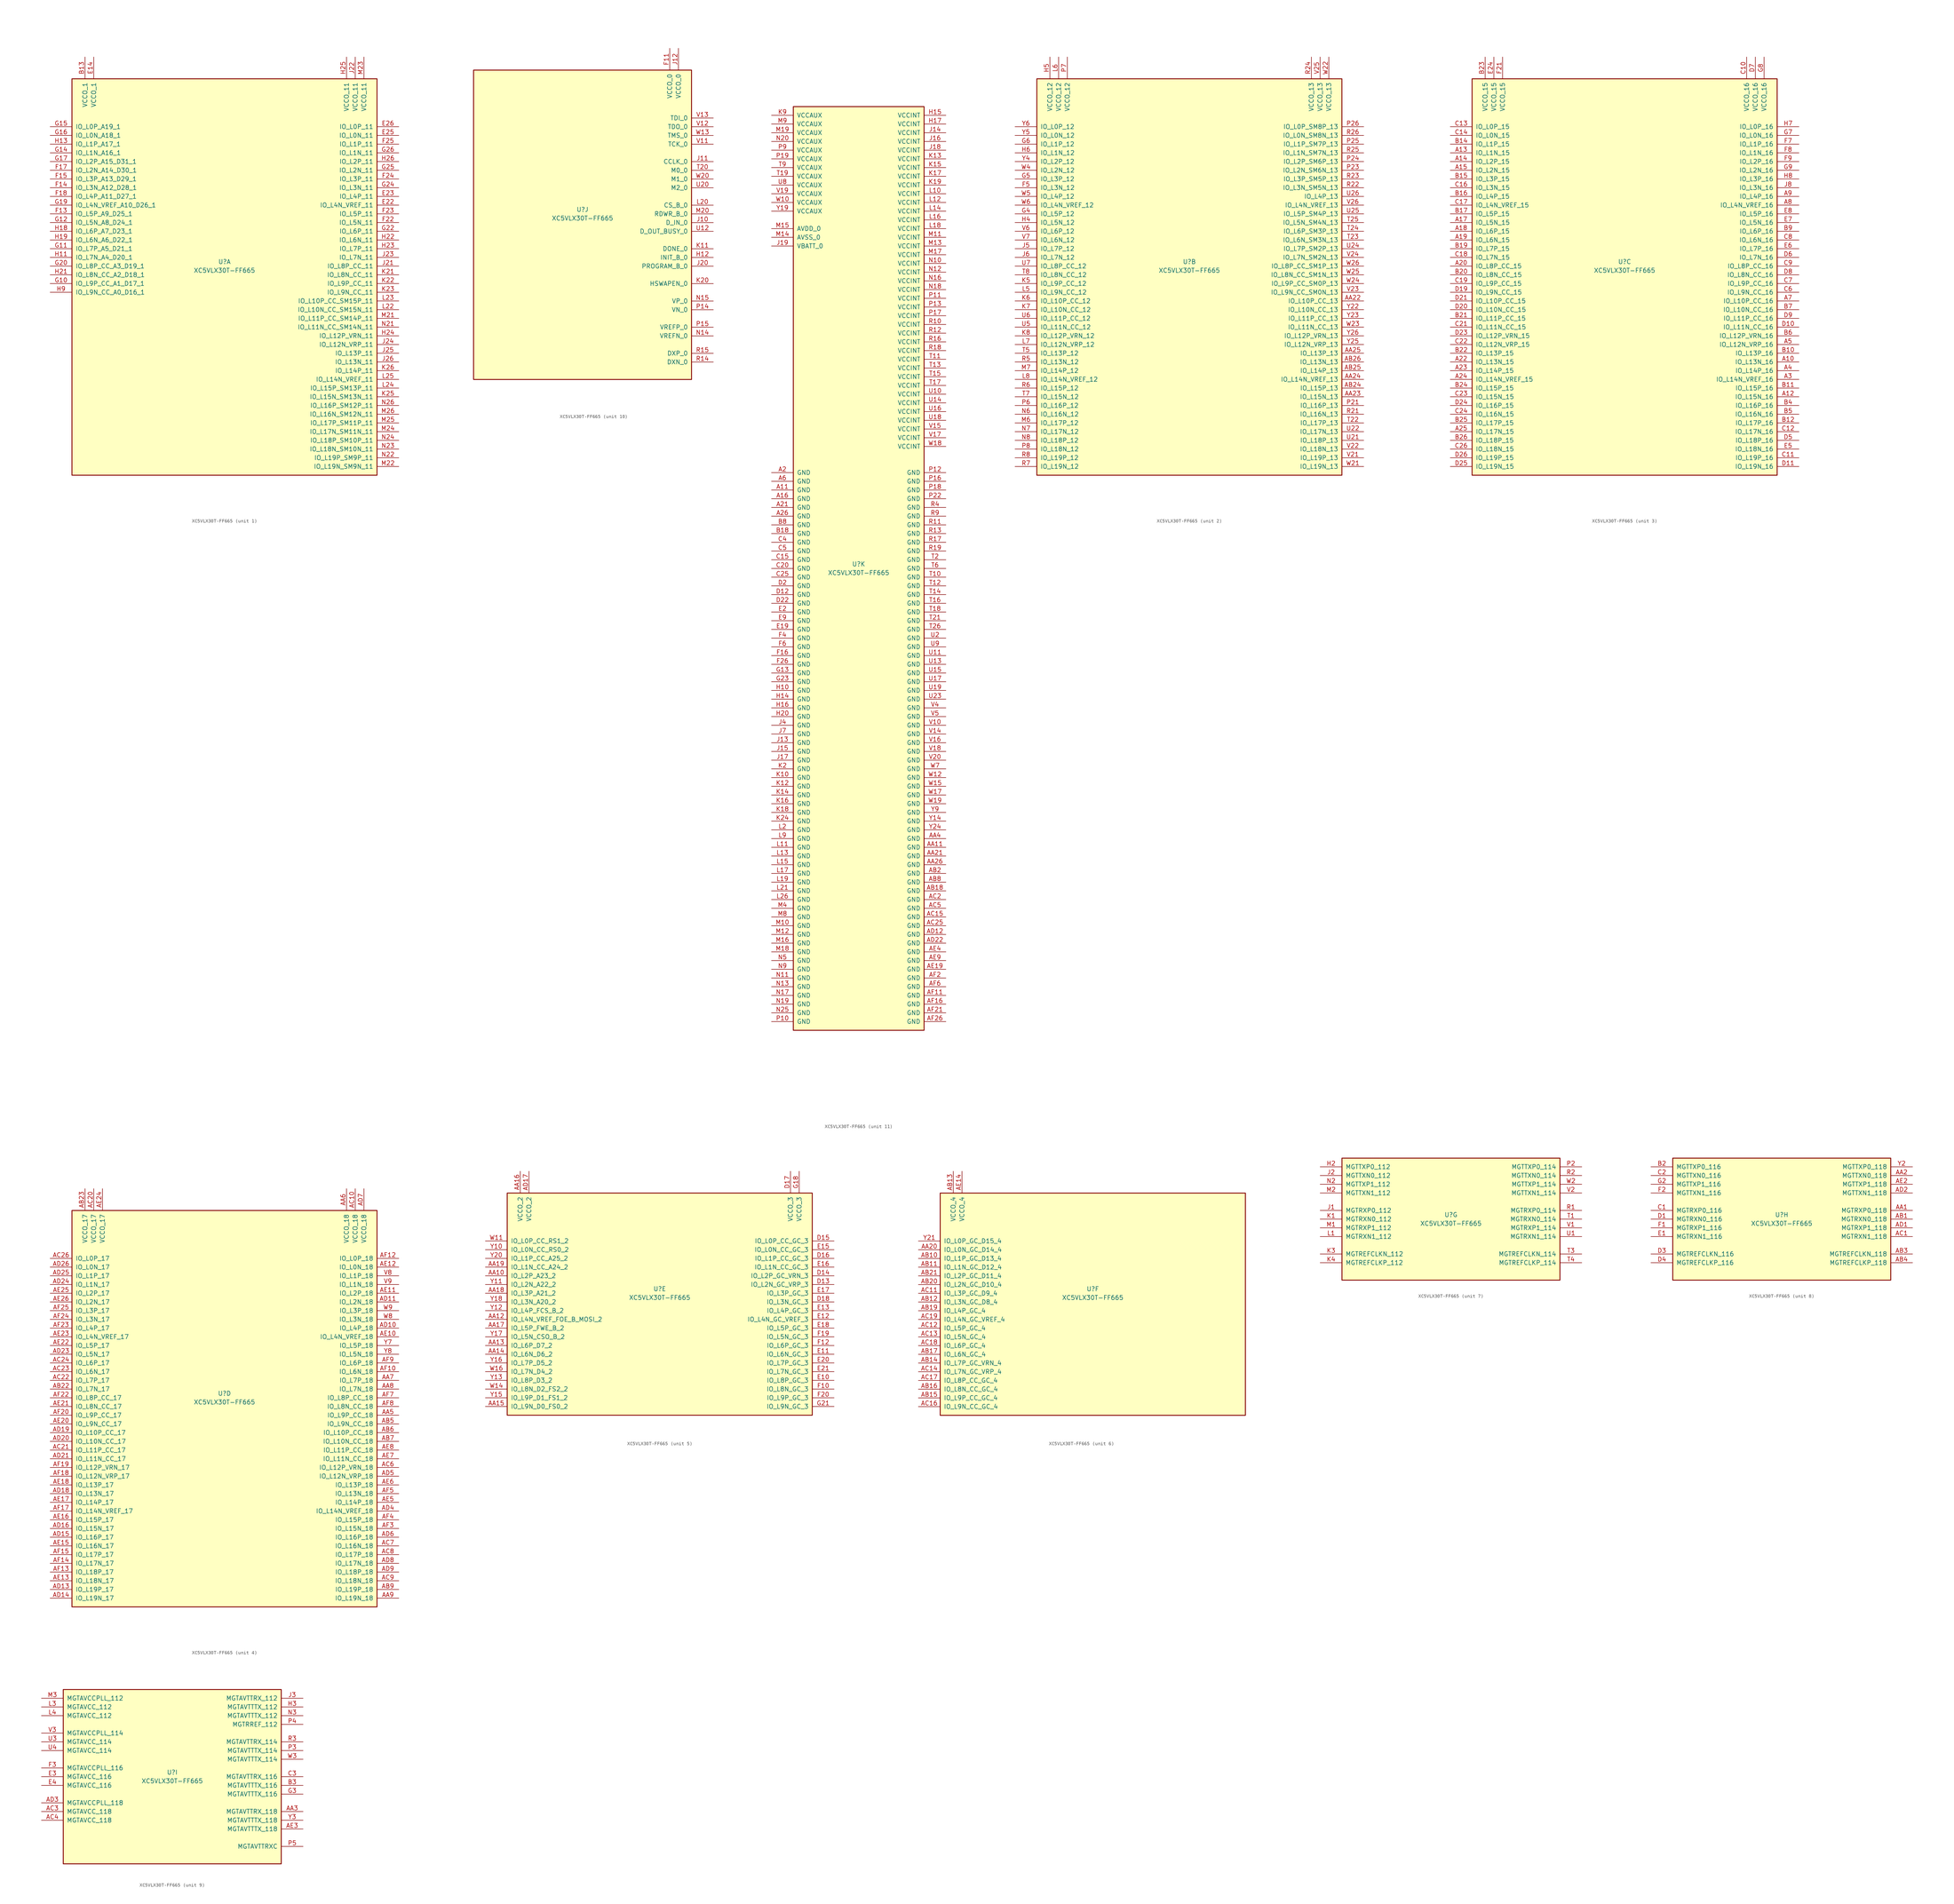
<source format=kicad_sym>
(kicad_symbol_lib
  (version 20211014)
  (generator kicad_symbol_editor)
  (symbol "XC5VLX30T-FF665"
    (pin_names
      (offset 1.016))
    (property "Reference" "U"
      (at 0 1.27 0)
      (effects (font (size 1.27 1.27))))
    (property "Value" "XC5VLX30T-FF665"
      (at 0 -1.27 0)
      (effects (font (size 1.27 1.27))))
    (property "Datasheet" ""
      (at 0 0 0)
      (effects (font (size 1.27 1.27))))
    (property "ki_locked" ""
      (at 0 0 0)
      (effects (font (size 1.27 1.27))))
    (symbol "XC5VLX30T-FF665_1_1"
      (rectangle (start -44.45 54.61) (end 44.45 -60.96) (stroke (width 0.254) (type default) (color 0 0 0 0)) (fill (type background)))
      (pin power_in line (at -40.64 60.96 270) (length 6.35) (name "VCCO_1" (effects (font (size 1.27 1.27)))) (number "B13" (effects (font (size 1.27 1.27)))))
      (pin power_in line (at -38.1 60.96 270) (length 6.35) (name "VCCO_1" (effects (font (size 1.27 1.27)))) (number "E14" (effects (font (size 1.27 1.27)))))
      (pin bidirectional line (at 50.8 17.78 180) (length 6.35) (name "IO_L4N_VREF_11" (effects (font (size 1.27 1.27)))) (number "E22" (effects (font (size 1.27 1.27)))))
      (pin bidirectional line (at 50.8 20.32 180) (length 6.35) (name "IO_L4P_11" (effects (font (size 1.27 1.27)))) (number "E23" (effects (font (size 1.27 1.27)))))
      (pin bidirectional line (at 50.8 38.1 180) (length 6.35) (name "IO_L0N_11" (effects (font (size 1.27 1.27)))) (number "E25" (effects (font (size 1.27 1.27)))))
      (pin bidirectional line (at 50.8 40.64 180) (length 6.35) (name "IO_L0P_11" (effects (font (size 1.27 1.27)))) (number "E26" (effects (font (size 1.27 1.27)))))
      (pin bidirectional line (at -50.8 15.24 0) (length 6.35) (name "IO_L5P_A9_D25_1" (effects (font (size 1.27 1.27)))) (number "F13" (effects (font (size 1.27 1.27)))))
      (pin bidirectional line (at -50.8 22.86 0) (length 6.35) (name "IO_L3N_A12_D28_1" (effects (font (size 1.27 1.27)))) (number "F14" (effects (font (size 1.27 1.27)))))
      (pin bidirectional line (at -50.8 25.4 0) (length 6.35) (name "IO_L3P_A13_D29_1" (effects (font (size 1.27 1.27)))) (number "F15" (effects (font (size 1.27 1.27)))))
      (pin bidirectional line (at -50.8 27.94 0) (length 6.35) (name "IO_L2N_A14_D30_1" (effects (font (size 1.27 1.27)))) (number "F17" (effects (font (size 1.27 1.27)))))
      (pin bidirectional line (at -50.8 20.32 0) (length 6.35) (name "IO_L4P_A11_D27_1" (effects (font (size 1.27 1.27)))) (number "F18" (effects (font (size 1.27 1.27)))))
      (pin bidirectional line (at 50.8 12.7 180) (length 6.35) (name "IO_L5N_11" (effects (font (size 1.27 1.27)))) (number "F22" (effects (font (size 1.27 1.27)))))
      (pin bidirectional line (at 50.8 15.24 180) (length 6.35) (name "IO_L5P_11" (effects (font (size 1.27 1.27)))) (number "F23" (effects (font (size 1.27 1.27)))))
      (pin bidirectional line (at 50.8 25.4 180) (length 6.35) (name "IO_L3P_11" (effects (font (size 1.27 1.27)))) (number "F24" (effects (font (size 1.27 1.27)))))
      (pin bidirectional line (at 50.8 35.56 180) (length 6.35) (name "IO_L1P_11" (effects (font (size 1.27 1.27)))) (number "F25" (effects (font (size 1.27 1.27)))))
      (pin bidirectional line (at -50.8 -5.08 0) (length 6.35) (name "IO_L9P_CC_A1_D17_1" (effects (font (size 1.27 1.27)))) (number "G10" (effects (font (size 1.27 1.27)))))
      (pin bidirectional line (at -50.8 5.08 0) (length 6.35) (name "IO_L7P_A5_D21_1" (effects (font (size 1.27 1.27)))) (number "G11" (effects (font (size 1.27 1.27)))))
      (pin bidirectional line (at -50.8 12.7 0) (length 6.35) (name "IO_L5N_A8_D24_1" (effects (font (size 1.27 1.27)))) (number "G12" (effects (font (size 1.27 1.27)))))
      (pin bidirectional line (at -50.8 33.02 0) (length 6.35) (name "IO_L1N_A16_1" (effects (font (size 1.27 1.27)))) (number "G14" (effects (font (size 1.27 1.27)))))
      (pin bidirectional line (at -50.8 40.64 0) (length 6.35) (name "IO_L0P_A19_1" (effects (font (size 1.27 1.27)))) (number "G15" (effects (font (size 1.27 1.27)))))
      (pin bidirectional line (at -50.8 38.1 0) (length 6.35) (name "IO_L0N_A18_1" (effects (font (size 1.27 1.27)))) (number "G16" (effects (font (size 1.27 1.27)))))
      (pin bidirectional line (at -50.8 30.48 0) (length 6.35) (name "IO_L2P_A15_D31_1" (effects (font (size 1.27 1.27)))) (number "G17" (effects (font (size 1.27 1.27)))))
      (pin bidirectional line (at -50.8 17.78 0) (length 6.35) (name "IO_L4N_VREF_A10_D26_1" (effects (font (size 1.27 1.27)))) (number "G19" (effects (font (size 1.27 1.27)))))
      (pin bidirectional line (at -50.8 0 0) (length 6.35) (name "IO_L8P_CC_A3_D19_1" (effects (font (size 1.27 1.27)))) (number "G20" (effects (font (size 1.27 1.27)))))
      (pin bidirectional line (at 50.8 10.16 180) (length 6.35) (name "IO_L6P_11" (effects (font (size 1.27 1.27)))) (number "G22" (effects (font (size 1.27 1.27)))))
      (pin bidirectional line (at 50.8 22.86 180) (length 6.35) (name "IO_L3N_11" (effects (font (size 1.27 1.27)))) (number "G24" (effects (font (size 1.27 1.27)))))
      (pin bidirectional line (at 50.8 27.94 180) (length 6.35) (name "IO_L2N_11" (effects (font (size 1.27 1.27)))) (number "G25" (effects (font (size 1.27 1.27)))))
      (pin bidirectional line (at 50.8 33.02 180) (length 6.35) (name "IO_L1N_11" (effects (font (size 1.27 1.27)))) (number "G26" (effects (font (size 1.27 1.27)))))
      (pin bidirectional line (at -50.8 2.54 0) (length 6.35) (name "IO_L7N_A4_D20_1" (effects (font (size 1.27 1.27)))) (number "H11" (effects (font (size 1.27 1.27)))))
      (pin bidirectional line (at -50.8 35.56 0) (length 6.35) (name "IO_L1P_A17_1" (effects (font (size 1.27 1.27)))) (number "H13" (effects (font (size 1.27 1.27)))))
      (pin bidirectional line (at -50.8 10.16 0) (length 6.35) (name "IO_L6P_A7_D23_1" (effects (font (size 1.27 1.27)))) (number "H18" (effects (font (size 1.27 1.27)))))
      (pin bidirectional line (at -50.8 7.62 0) (length 6.35) (name "IO_L6N_A6_D22_1" (effects (font (size 1.27 1.27)))) (number "H19" (effects (font (size 1.27 1.27)))))
      (pin bidirectional line (at -50.8 -2.54 0) (length 6.35) (name "IO_L8N_CC_A2_D18_1" (effects (font (size 1.27 1.27)))) (number "H21" (effects (font (size 1.27 1.27)))))
      (pin bidirectional line (at 50.8 7.62 180) (length 6.35) (name "IO_L6N_11" (effects (font (size 1.27 1.27)))) (number "H22" (effects (font (size 1.27 1.27)))))
      (pin bidirectional line (at 50.8 5.08 180) (length 6.35) (name "IO_L7P_11" (effects (font (size 1.27 1.27)))) (number "H23" (effects (font (size 1.27 1.27)))))
      (pin bidirectional line (at 50.8 -20.32 180) (length 6.35) (name "IO_L12P_VRN_11" (effects (font (size 1.27 1.27)))) (number "H24" (effects (font (size 1.27 1.27)))))
      (pin power_in line (at 35.56 60.96 270) (length 6.35) (name "VCCO_11" (effects (font (size 1.27 1.27)))) (number "H25" (effects (font (size 1.27 1.27)))))
      (pin bidirectional line (at 50.8 30.48 180) (length 6.35) (name "IO_L2P_11" (effects (font (size 1.27 1.27)))) (number "H26" (effects (font (size 1.27 1.27)))))
      (pin bidirectional line (at -50.8 -7.62 0) (length 6.35) (name "IO_L9N_CC_A0_D16_1" (effects (font (size 1.27 1.27)))) (number "H9" (effects (font (size 1.27 1.27)))))
      (pin bidirectional line (at 50.8 0 180) (length 6.35) (name "IO_L8P_CC_11" (effects (font (size 1.27 1.27)))) (number "J21" (effects (font (size 1.27 1.27)))))
      (pin power_in line (at 38.1 60.96 270) (length 6.35) (name "VCCO_11" (effects (font (size 1.27 1.27)))) (number "J22" (effects (font (size 1.27 1.27)))))
      (pin bidirectional line (at 50.8 2.54 180) (length 6.35) (name "IO_L7N_11" (effects (font (size 1.27 1.27)))) (number "J23" (effects (font (size 1.27 1.27)))))
      (pin bidirectional line (at 50.8 -22.86 180) (length 6.35) (name "IO_L12N_VRP_11" (effects (font (size 1.27 1.27)))) (number "J24" (effects (font (size 1.27 1.27)))))
      (pin bidirectional line (at 50.8 -25.4 180) (length 6.35) (name "IO_L13P_11" (effects (font (size 1.27 1.27)))) (number "J25" (effects (font (size 1.27 1.27)))))
      (pin bidirectional line (at 50.8 -27.94 180) (length 6.35) (name "IO_L13N_11" (effects (font (size 1.27 1.27)))) (number "J26" (effects (font (size 1.27 1.27)))))
      (pin bidirectional line (at 50.8 -2.54 180) (length 6.35) (name "IO_L8N_CC_11" (effects (font (size 1.27 1.27)))) (number "K21" (effects (font (size 1.27 1.27)))))
      (pin bidirectional line (at 50.8 -5.08 180) (length 6.35) (name "IO_L9P_CC_11" (effects (font (size 1.27 1.27)))) (number "K22" (effects (font (size 1.27 1.27)))))
      (pin bidirectional line (at 50.8 -7.62 180) (length 6.35) (name "IO_L9N_CC_11" (effects (font (size 1.27 1.27)))) (number "K23" (effects (font (size 1.27 1.27)))))
      (pin bidirectional line (at 50.8 -38.1 180) (length 6.35) (name "IO_L15N_SM13N_11" (effects (font (size 1.27 1.27)))) (number "K25" (effects (font (size 1.27 1.27)))))
      (pin bidirectional line (at 50.8 -30.48 180) (length 6.35) (name "IO_L14P_11" (effects (font (size 1.27 1.27)))) (number "K26" (effects (font (size 1.27 1.27)))))
      (pin bidirectional line (at 50.8 -12.7 180) (length 6.35) (name "IO_L10N_CC_SM15N_11" (effects (font (size 1.27 1.27)))) (number "L22" (effects (font (size 1.27 1.27)))))
      (pin bidirectional line (at 50.8 -10.16 180) (length 6.35) (name "IO_L10P_CC_SM15P_11" (effects (font (size 1.27 1.27)))) (number "L23" (effects (font (size 1.27 1.27)))))
      (pin bidirectional line (at 50.8 -35.56 180) (length 6.35) (name "IO_L15P_SM13P_11" (effects (font (size 1.27 1.27)))) (number "L24" (effects (font (size 1.27 1.27)))))
      (pin bidirectional line (at 50.8 -33.02 180) (length 6.35) (name "IO_L14N_VREF_11" (effects (font (size 1.27 1.27)))) (number "L25" (effects (font (size 1.27 1.27)))))
      (pin bidirectional line (at 50.8 -15.24 180) (length 6.35) (name "IO_L11P_CC_SM14P_11" (effects (font (size 1.27 1.27)))) (number "M21" (effects (font (size 1.27 1.27)))))
      (pin bidirectional line (at 50.8 -58.42 180) (length 6.35) (name "IO_L19N_SM9N_11" (effects (font (size 1.27 1.27)))) (number "M22" (effects (font (size 1.27 1.27)))))
      (pin power_in line (at 40.64 60.96 270) (length 6.35) (name "VCCO_11" (effects (font (size 1.27 1.27)))) (number "M23" (effects (font (size 1.27 1.27)))))
      (pin bidirectional line (at 50.8 -48.26 180) (length 6.35) (name "IO_L17N_SM11N_11" (effects (font (size 1.27 1.27)))) (number "M24" (effects (font (size 1.27 1.27)))))
      (pin bidirectional line (at 50.8 -45.72 180) (length 6.35) (name "IO_L17P_SM11P_11" (effects (font (size 1.27 1.27)))) (number "M25" (effects (font (size 1.27 1.27)))))
      (pin bidirectional line (at 50.8 -43.18 180) (length 6.35) (name "IO_L16N_SM12N_11" (effects (font (size 1.27 1.27)))) (number "M26" (effects (font (size 1.27 1.27)))))
      (pin bidirectional line (at 50.8 -17.78 180) (length 6.35) (name "IO_L11N_CC_SM14N_11" (effects (font (size 1.27 1.27)))) (number "N21" (effects (font (size 1.27 1.27)))))
      (pin bidirectional line (at 50.8 -55.88 180) (length 6.35) (name "IO_L19P_SM9P_11" (effects (font (size 1.27 1.27)))) (number "N22" (effects (font (size 1.27 1.27)))))
      (pin bidirectional line (at 50.8 -53.34 180) (length 6.35) (name "IO_L18N_SM10N_11" (effects (font (size 1.27 1.27)))) (number "N23" (effects (font (size 1.27 1.27)))))
      (pin bidirectional line (at 50.8 -50.8 180) (length 6.35) (name "IO_L18P_SM10P_11" (effects (font (size 1.27 1.27)))) (number "N24" (effects (font (size 1.27 1.27)))))
      (pin bidirectional line (at 50.8 -40.64 180) (length 6.35) (name "IO_L16P_SM12P_11" (effects (font (size 1.27 1.27)))) (number "N26" (effects (font (size 1.27 1.27))))))
    (symbol "XC5VLX30T-FF665_2_1"
      (rectangle (start -44.45 54.61) (end 44.45 -60.96) (stroke (width 0.254) (type default) (color 0 0 0 0)) (fill (type background)))
      (pin bidirectional line (at 50.8 -10.16 180) (length 6.35) (name "IO_L10P_CC_13" (effects (font (size 1.27 1.27)))) (number "AA22" (effects (font (size 1.27 1.27)))))
      (pin bidirectional line (at 50.8 -38.1 180) (length 6.35) (name "IO_L15N_13" (effects (font (size 1.27 1.27)))) (number "AA23" (effects (font (size 1.27 1.27)))))
      (pin bidirectional line (at 50.8 -33.02 180) (length 6.35) (name "IO_L14N_VREF_13" (effects (font (size 1.27 1.27)))) (number "AA24" (effects (font (size 1.27 1.27)))))
      (pin bidirectional line (at 50.8 -25.4 180) (length 6.35) (name "IO_L13P_13" (effects (font (size 1.27 1.27)))) (number "AA25" (effects (font (size 1.27 1.27)))))
      (pin bidirectional line (at 50.8 -35.56 180) (length 6.35) (name "IO_L15P_13" (effects (font (size 1.27 1.27)))) (number "AB24" (effects (font (size 1.27 1.27)))))
      (pin bidirectional line (at 50.8 -30.48 180) (length 6.35) (name "IO_L14P_13" (effects (font (size 1.27 1.27)))) (number "AB25" (effects (font (size 1.27 1.27)))))
      (pin bidirectional line (at 50.8 -27.94 180) (length 6.35) (name "IO_L13N_13" (effects (font (size 1.27 1.27)))) (number "AB26" (effects (font (size 1.27 1.27)))))
      (pin bidirectional line (at -50.8 22.86 0) (length 6.35) (name "IO_L3N_12" (effects (font (size 1.27 1.27)))) (number "F5" (effects (font (size 1.27 1.27)))))
      (pin bidirectional line (at -50.8 15.24 0) (length 6.35) (name "IO_L5P_12" (effects (font (size 1.27 1.27)))) (number "G4" (effects (font (size 1.27 1.27)))))
      (pin bidirectional line (at -50.8 25.4 0) (length 6.35) (name "IO_L3P_12" (effects (font (size 1.27 1.27)))) (number "G5" (effects (font (size 1.27 1.27)))))
      (pin bidirectional line (at -50.8 35.56 0) (length 6.35) (name "IO_L1P_12" (effects (font (size 1.27 1.27)))) (number "G6" (effects (font (size 1.27 1.27)))))
      (pin bidirectional line (at -50.8 12.7 0) (length 6.35) (name "IO_L5N_12" (effects (font (size 1.27 1.27)))) (number "H4" (effects (font (size 1.27 1.27)))))
      (pin power_in line (at -40.64 60.96 270) (length 6.35) (name "VCCO_12" (effects (font (size 1.27 1.27)))) (number "H5" (effects (font (size 1.27 1.27)))))
      (pin bidirectional line (at -50.8 33.02 0) (length 6.35) (name "IO_L1N_12" (effects (font (size 1.27 1.27)))) (number "H6" (effects (font (size 1.27 1.27)))))
      (pin bidirectional line (at -50.8 5.08 0) (length 6.35) (name "IO_L7P_12" (effects (font (size 1.27 1.27)))) (number "J5" (effects (font (size 1.27 1.27)))))
      (pin bidirectional line (at -50.8 2.54 0) (length 6.35) (name "IO_L7N_12" (effects (font (size 1.27 1.27)))) (number "J6" (effects (font (size 1.27 1.27)))))
      (pin bidirectional line (at -50.8 -5.08 0) (length 6.35) (name "IO_L9P_CC_12" (effects (font (size 1.27 1.27)))) (number "K5" (effects (font (size 1.27 1.27)))))
      (pin bidirectional line (at -50.8 -10.16 0) (length 6.35) (name "IO_L10P_CC_12" (effects (font (size 1.27 1.27)))) (number "K6" (effects (font (size 1.27 1.27)))))
      (pin bidirectional line (at -50.8 -12.7 0) (length 6.35) (name "IO_L10N_CC_12" (effects (font (size 1.27 1.27)))) (number "K7" (effects (font (size 1.27 1.27)))))
      (pin bidirectional line (at -50.8 -20.32 0) (length 6.35) (name "IO_L12P_VRN_12" (effects (font (size 1.27 1.27)))) (number "K8" (effects (font (size 1.27 1.27)))))
      (pin bidirectional line (at -50.8 -7.62 0) (length 6.35) (name "IO_L9N_CC_12" (effects (font (size 1.27 1.27)))) (number "L5" (effects (font (size 1.27 1.27)))))
      (pin power_in line (at -38.1 60.96 270) (length 6.35) (name "VCCO_12" (effects (font (size 1.27 1.27)))) (number "L6" (effects (font (size 1.27 1.27)))))
      (pin bidirectional line (at -50.8 -22.86 0) (length 6.35) (name "IO_L12N_VRP_12" (effects (font (size 1.27 1.27)))) (number "L7" (effects (font (size 1.27 1.27)))))
      (pin bidirectional line (at -50.8 -33.02 0) (length 6.35) (name "IO_L14N_VREF_12" (effects (font (size 1.27 1.27)))) (number "L8" (effects (font (size 1.27 1.27)))))
      (pin bidirectional line (at -50.8 -45.72 0) (length 6.35) (name "IO_L17P_12" (effects (font (size 1.27 1.27)))) (number "M6" (effects (font (size 1.27 1.27)))))
      (pin bidirectional line (at -50.8 -30.48 0) (length 6.35) (name "IO_L14P_12" (effects (font (size 1.27 1.27)))) (number "M7" (effects (font (size 1.27 1.27)))))
      (pin bidirectional line (at -50.8 -43.18 0) (length 6.35) (name "IO_L16N_12" (effects (font (size 1.27 1.27)))) (number "N6" (effects (font (size 1.27 1.27)))))
      (pin bidirectional line (at -50.8 -48.26 0) (length 6.35) (name "IO_L17N_12" (effects (font (size 1.27 1.27)))) (number "N7" (effects (font (size 1.27 1.27)))))
      (pin bidirectional line (at -50.8 -50.8 0) (length 6.35) (name "IO_L18P_12" (effects (font (size 1.27 1.27)))) (number "N8" (effects (font (size 1.27 1.27)))))
      (pin bidirectional line (at 50.8 -40.64 180) (length 6.35) (name "IO_L16P_13" (effects (font (size 1.27 1.27)))) (number "P21" (effects (font (size 1.27 1.27)))))
      (pin bidirectional line (at 50.8 27.94 180) (length 6.35) (name "IO_L2N_SM6N_13" (effects (font (size 1.27 1.27)))) (number "P23" (effects (font (size 1.27 1.27)))))
      (pin bidirectional line (at 50.8 30.48 180) (length 6.35) (name "IO_L2P_SM6P_13" (effects (font (size 1.27 1.27)))) (number "P24" (effects (font (size 1.27 1.27)))))
      (pin bidirectional line (at 50.8 35.56 180) (length 6.35) (name "IO_L1P_SM7P_13" (effects (font (size 1.27 1.27)))) (number "P25" (effects (font (size 1.27 1.27)))))
      (pin bidirectional line (at 50.8 40.64 180) (length 6.35) (name "IO_L0P_SM8P_13" (effects (font (size 1.27 1.27)))) (number "P26" (effects (font (size 1.27 1.27)))))
      (pin bidirectional line (at -50.8 -40.64 0) (length 6.35) (name "IO_L16P_12" (effects (font (size 1.27 1.27)))) (number "P6" (effects (font (size 1.27 1.27)))))
      (pin power_in line (at -35.56 60.96 270) (length 6.35) (name "VCCO_12" (effects (font (size 1.27 1.27)))) (number "P7" (effects (font (size 1.27 1.27)))))
      (pin bidirectional line (at -50.8 -53.34 0) (length 6.35) (name "IO_L18N_12" (effects (font (size 1.27 1.27)))) (number "P8" (effects (font (size 1.27 1.27)))))
      (pin bidirectional line (at 50.8 -43.18 180) (length 6.35) (name "IO_L16N_13" (effects (font (size 1.27 1.27)))) (number "R21" (effects (font (size 1.27 1.27)))))
      (pin bidirectional line (at 50.8 22.86 180) (length 6.35) (name "IO_L3N_SM5N_13" (effects (font (size 1.27 1.27)))) (number "R22" (effects (font (size 1.27 1.27)))))
      (pin bidirectional line (at 50.8 25.4 180) (length 6.35) (name "IO_L3P_SM5P_13" (effects (font (size 1.27 1.27)))) (number "R23" (effects (font (size 1.27 1.27)))))
      (pin power_in line (at 35.56 60.96 270) (length 6.35) (name "VCCO_13" (effects (font (size 1.27 1.27)))) (number "R24" (effects (font (size 1.27 1.27)))))
      (pin bidirectional line (at 50.8 33.02 180) (length 6.35) (name "IO_L1N_SM7N_13" (effects (font (size 1.27 1.27)))) (number "R25" (effects (font (size 1.27 1.27)))))
      (pin bidirectional line (at 50.8 38.1 180) (length 6.35) (name "IO_L0N_SM8N_13" (effects (font (size 1.27 1.27)))) (number "R26" (effects (font (size 1.27 1.27)))))
      (pin bidirectional line (at -50.8 -27.94 0) (length 6.35) (name "IO_L13N_12" (effects (font (size 1.27 1.27)))) (number "R5" (effects (font (size 1.27 1.27)))))
      (pin bidirectional line (at -50.8 -35.56 0) (length 6.35) (name "IO_L15P_12" (effects (font (size 1.27 1.27)))) (number "R6" (effects (font (size 1.27 1.27)))))
      (pin bidirectional line (at -50.8 -58.42 0) (length 6.35) (name "IO_L19N_12" (effects (font (size 1.27 1.27)))) (number "R7" (effects (font (size 1.27 1.27)))))
      (pin bidirectional line (at -50.8 -55.88 0) (length 6.35) (name "IO_L19P_12" (effects (font (size 1.27 1.27)))) (number "R8" (effects (font (size 1.27 1.27)))))
      (pin bidirectional line (at 50.8 -45.72 180) (length 6.35) (name "IO_L17P_13" (effects (font (size 1.27 1.27)))) (number "T22" (effects (font (size 1.27 1.27)))))
      (pin bidirectional line (at 50.8 7.62 180) (length 6.35) (name "IO_L6N_SM3N_13" (effects (font (size 1.27 1.27)))) (number "T23" (effects (font (size 1.27 1.27)))))
      (pin bidirectional line (at 50.8 10.16 180) (length 6.35) (name "IO_L6P_SM3P_13" (effects (font (size 1.27 1.27)))) (number "T24" (effects (font (size 1.27 1.27)))))
      (pin bidirectional line (at 50.8 12.7 180) (length 6.35) (name "IO_L5N_SM4N_13" (effects (font (size 1.27 1.27)))) (number "T25" (effects (font (size 1.27 1.27)))))
      (pin bidirectional line (at -50.8 -25.4 0) (length 6.35) (name "IO_L13P_12" (effects (font (size 1.27 1.27)))) (number "T5" (effects (font (size 1.27 1.27)))))
      (pin bidirectional line (at -50.8 -38.1 0) (length 6.35) (name "IO_L15N_12" (effects (font (size 1.27 1.27)))) (number "T7" (effects (font (size 1.27 1.27)))))
      (pin bidirectional line (at -50.8 -2.54 0) (length 6.35) (name "IO_L8N_CC_12" (effects (font (size 1.27 1.27)))) (number "T8" (effects (font (size 1.27 1.27)))))
      (pin bidirectional line (at 50.8 -50.8 180) (length 6.35) (name "IO_L18P_13" (effects (font (size 1.27 1.27)))) (number "U21" (effects (font (size 1.27 1.27)))))
      (pin bidirectional line (at 50.8 -48.26 180) (length 6.35) (name "IO_L17N_13" (effects (font (size 1.27 1.27)))) (number "U22" (effects (font (size 1.27 1.27)))))
      (pin bidirectional line (at 50.8 5.08 180) (length 6.35) (name "IO_L7P_SM2P_13" (effects (font (size 1.27 1.27)))) (number "U24" (effects (font (size 1.27 1.27)))))
      (pin bidirectional line (at 50.8 15.24 180) (length 6.35) (name "IO_L5P_SM4P_13" (effects (font (size 1.27 1.27)))) (number "U25" (effects (font (size 1.27 1.27)))))
      (pin bidirectional line (at 50.8 20.32 180) (length 6.35) (name "IO_L4P_13" (effects (font (size 1.27 1.27)))) (number "U26" (effects (font (size 1.27 1.27)))))
      (pin bidirectional line (at -50.8 -17.78 0) (length 6.35) (name "IO_L11N_CC_12" (effects (font (size 1.27 1.27)))) (number "U5" (effects (font (size 1.27 1.27)))))
      (pin bidirectional line (at -50.8 -15.24 0) (length 6.35) (name "IO_L11P_CC_12" (effects (font (size 1.27 1.27)))) (number "U6" (effects (font (size 1.27 1.27)))))
      (pin bidirectional line (at -50.8 0 0) (length 6.35) (name "IO_L8P_CC_12" (effects (font (size 1.27 1.27)))) (number "U7" (effects (font (size 1.27 1.27)))))
      (pin bidirectional line (at 50.8 -55.88 180) (length 6.35) (name "IO_L19P_13" (effects (font (size 1.27 1.27)))) (number "V21" (effects (font (size 1.27 1.27)))))
      (pin bidirectional line (at 50.8 -53.34 180) (length 6.35) (name "IO_L18N_13" (effects (font (size 1.27 1.27)))) (number "V22" (effects (font (size 1.27 1.27)))))
      (pin bidirectional line (at 50.8 -7.62 180) (length 6.35) (name "IO_L9N_CC_SM0N_13" (effects (font (size 1.27 1.27)))) (number "V23" (effects (font (size 1.27 1.27)))))
      (pin bidirectional line (at 50.8 2.54 180) (length 6.35) (name "IO_L7N_SM2N_13" (effects (font (size 1.27 1.27)))) (number "V24" (effects (font (size 1.27 1.27)))))
      (pin power_in line (at 38.1 60.96 270) (length 6.35) (name "VCCO_13" (effects (font (size 1.27 1.27)))) (number "V25" (effects (font (size 1.27 1.27)))))
      (pin bidirectional line (at 50.8 17.78 180) (length 6.35) (name "IO_L4N_VREF_13" (effects (font (size 1.27 1.27)))) (number "V26" (effects (font (size 1.27 1.27)))))
      (pin bidirectional line (at -50.8 10.16 0) (length 6.35) (name "IO_L6P_12" (effects (font (size 1.27 1.27)))) (number "V6" (effects (font (size 1.27 1.27)))))
      (pin bidirectional line (at -50.8 7.62 0) (length 6.35) (name "IO_L6N_12" (effects (font (size 1.27 1.27)))) (number "V7" (effects (font (size 1.27 1.27)))))
      (pin bidirectional line (at 50.8 -58.42 180) (length 6.35) (name "IO_L19N_13" (effects (font (size 1.27 1.27)))) (number "W21" (effects (font (size 1.27 1.27)))))
      (pin power_in line (at 40.64 60.96 270) (length 6.35) (name "VCCO_13" (effects (font (size 1.27 1.27)))) (number "W22" (effects (font (size 1.27 1.27)))))
      (pin bidirectional line (at 50.8 -17.78 180) (length 6.35) (name "IO_L11N_CC_13" (effects (font (size 1.27 1.27)))) (number "W23" (effects (font (size 1.27 1.27)))))
      (pin bidirectional line (at 50.8 -5.08 180) (length 6.35) (name "IO_L9P_CC_SM0P_13" (effects (font (size 1.27 1.27)))) (number "W24" (effects (font (size 1.27 1.27)))))
      (pin bidirectional line (at 50.8 -2.54 180) (length 6.35) (name "IO_L8N_CC_SM1N_13" (effects (font (size 1.27 1.27)))) (number "W25" (effects (font (size 1.27 1.27)))))
      (pin bidirectional line (at 50.8 0 180) (length 6.35) (name "IO_L8P_CC_SM1P_13" (effects (font (size 1.27 1.27)))) (number "W26" (effects (font (size 1.27 1.27)))))
      (pin bidirectional line (at -50.8 27.94 0) (length 6.35) (name "IO_L2N_12" (effects (font (size 1.27 1.27)))) (number "W4" (effects (font (size 1.27 1.27)))))
      (pin bidirectional line (at -50.8 20.32 0) (length 6.35) (name "IO_L4P_12" (effects (font (size 1.27 1.27)))) (number "W5" (effects (font (size 1.27 1.27)))))
      (pin bidirectional line (at -50.8 17.78 0) (length 6.35) (name "IO_L4N_VREF_12" (effects (font (size 1.27 1.27)))) (number "W6" (effects (font (size 1.27 1.27)))))
      (pin bidirectional line (at 50.8 -12.7 180) (length 6.35) (name "IO_L10N_CC_13" (effects (font (size 1.27 1.27)))) (number "Y22" (effects (font (size 1.27 1.27)))))
      (pin bidirectional line (at 50.8 -15.24 180) (length 6.35) (name "IO_L11P_CC_13" (effects (font (size 1.27 1.27)))) (number "Y23" (effects (font (size 1.27 1.27)))))
      (pin bidirectional line (at 50.8 -22.86 180) (length 6.35) (name "IO_L12N_VRP_13" (effects (font (size 1.27 1.27)))) (number "Y25" (effects (font (size 1.27 1.27)))))
      (pin bidirectional line (at 50.8 -20.32 180) (length 6.35) (name "IO_L12P_VRN_13" (effects (font (size 1.27 1.27)))) (number "Y26" (effects (font (size 1.27 1.27)))))
      (pin bidirectional line (at -50.8 30.48 0) (length 6.35) (name "IO_L2P_12" (effects (font (size 1.27 1.27)))) (number "Y4" (effects (font (size 1.27 1.27)))))
      (pin bidirectional line (at -50.8 38.1 0) (length 6.35) (name "IO_L0N_12" (effects (font (size 1.27 1.27)))) (number "Y5" (effects (font (size 1.27 1.27)))))
      (pin bidirectional line (at -50.8 40.64 0) (length 6.35) (name "IO_L0P_12" (effects (font (size 1.27 1.27)))) (number "Y6" (effects (font (size 1.27 1.27))))))
    (symbol "XC5VLX30T-FF665_3_1"
      (rectangle (start -44.45 54.61) (end 44.45 -60.96) (stroke (width 0.254) (type default) (color 0 0 0 0)) (fill (type background)))
      (pin bidirectional line (at 50.8 -27.94 180) (length 6.35) (name "IO_L13N_16" (effects (font (size 1.27 1.27)))) (number "A10" (effects (font (size 1.27 1.27)))))
      (pin bidirectional line (at 50.8 -38.1 180) (length 6.35) (name "IO_L15N_16" (effects (font (size 1.27 1.27)))) (number "A12" (effects (font (size 1.27 1.27)))))
      (pin bidirectional line (at -50.8 33.02 0) (length 6.35) (name "IO_L1N_15" (effects (font (size 1.27 1.27)))) (number "A13" (effects (font (size 1.27 1.27)))))
      (pin bidirectional line (at -50.8 30.48 0) (length 6.35) (name "IO_L2P_15" (effects (font (size 1.27 1.27)))) (number "A14" (effects (font (size 1.27 1.27)))))
      (pin bidirectional line (at -50.8 27.94 0) (length 6.35) (name "IO_L2N_15" (effects (font (size 1.27 1.27)))) (number "A15" (effects (font (size 1.27 1.27)))))
      (pin bidirectional line (at -50.8 12.7 0) (length 6.35) (name "IO_L5N_15" (effects (font (size 1.27 1.27)))) (number "A17" (effects (font (size 1.27 1.27)))))
      (pin bidirectional line (at -50.8 10.16 0) (length 6.35) (name "IO_L6P_15" (effects (font (size 1.27 1.27)))) (number "A18" (effects (font (size 1.27 1.27)))))
      (pin bidirectional line (at -50.8 7.62 0) (length 6.35) (name "IO_L6N_15" (effects (font (size 1.27 1.27)))) (number "A19" (effects (font (size 1.27 1.27)))))
      (pin bidirectional line (at -50.8 0 0) (length 6.35) (name "IO_L8P_CC_15" (effects (font (size 1.27 1.27)))) (number "A20" (effects (font (size 1.27 1.27)))))
      (pin bidirectional line (at -50.8 -27.94 0) (length 6.35) (name "IO_L13N_15" (effects (font (size 1.27 1.27)))) (number "A22" (effects (font (size 1.27 1.27)))))
      (pin bidirectional line (at -50.8 -30.48 0) (length 6.35) (name "IO_L14P_15" (effects (font (size 1.27 1.27)))) (number "A23" (effects (font (size 1.27 1.27)))))
      (pin bidirectional line (at -50.8 -33.02 0) (length 6.35) (name "IO_L14N_VREF_15" (effects (font (size 1.27 1.27)))) (number "A24" (effects (font (size 1.27 1.27)))))
      (pin bidirectional line (at -50.8 -48.26 0) (length 6.35) (name "IO_L17N_15" (effects (font (size 1.27 1.27)))) (number "A25" (effects (font (size 1.27 1.27)))))
      (pin bidirectional line (at 50.8 -33.02 180) (length 6.35) (name "IO_L14N_VREF_16" (effects (font (size 1.27 1.27)))) (number "A3" (effects (font (size 1.27 1.27)))))
      (pin bidirectional line (at 50.8 -30.48 180) (length 6.35) (name "IO_L14P_16" (effects (font (size 1.27 1.27)))) (number "A4" (effects (font (size 1.27 1.27)))))
      (pin bidirectional line (at 50.8 -22.86 180) (length 6.35) (name "IO_L12N_VRP_16" (effects (font (size 1.27 1.27)))) (number "A5" (effects (font (size 1.27 1.27)))))
      (pin bidirectional line (at 50.8 -10.16 180) (length 6.35) (name "IO_L10P_CC_16" (effects (font (size 1.27 1.27)))) (number "A7" (effects (font (size 1.27 1.27)))))
      (pin bidirectional line (at 50.8 17.78 180) (length 6.35) (name "IO_L4N_VREF_16" (effects (font (size 1.27 1.27)))) (number "A8" (effects (font (size 1.27 1.27)))))
      (pin bidirectional line (at 50.8 20.32 180) (length 6.35) (name "IO_L4P_16" (effects (font (size 1.27 1.27)))) (number "A9" (effects (font (size 1.27 1.27)))))
      (pin bidirectional line (at 50.8 -25.4 180) (length 6.35) (name "IO_L13P_16" (effects (font (size 1.27 1.27)))) (number "B10" (effects (font (size 1.27 1.27)))))
      (pin bidirectional line (at 50.8 -35.56 180) (length 6.35) (name "IO_L15P_16" (effects (font (size 1.27 1.27)))) (number "B11" (effects (font (size 1.27 1.27)))))
      (pin bidirectional line (at 50.8 -45.72 180) (length 6.35) (name "IO_L17P_16" (effects (font (size 1.27 1.27)))) (number "B12" (effects (font (size 1.27 1.27)))))
      (pin bidirectional line (at -50.8 35.56 0) (length 6.35) (name "IO_L1P_15" (effects (font (size 1.27 1.27)))) (number "B14" (effects (font (size 1.27 1.27)))))
      (pin bidirectional line (at -50.8 25.4 0) (length 6.35) (name "IO_L3P_15" (effects (font (size 1.27 1.27)))) (number "B15" (effects (font (size 1.27 1.27)))))
      (pin bidirectional line (at -50.8 20.32 0) (length 6.35) (name "IO_L4P_15" (effects (font (size 1.27 1.27)))) (number "B16" (effects (font (size 1.27 1.27)))))
      (pin bidirectional line (at -50.8 15.24 0) (length 6.35) (name "IO_L5P_15" (effects (font (size 1.27 1.27)))) (number "B17" (effects (font (size 1.27 1.27)))))
      (pin bidirectional line (at -50.8 5.08 0) (length 6.35) (name "IO_L7P_15" (effects (font (size 1.27 1.27)))) (number "B19" (effects (font (size 1.27 1.27)))))
      (pin bidirectional line (at -50.8 -2.54 0) (length 6.35) (name "IO_L8N_CC_15" (effects (font (size 1.27 1.27)))) (number "B20" (effects (font (size 1.27 1.27)))))
      (pin bidirectional line (at -50.8 -15.24 0) (length 6.35) (name "IO_L11P_CC_15" (effects (font (size 1.27 1.27)))) (number "B21" (effects (font (size 1.27 1.27)))))
      (pin bidirectional line (at -50.8 -25.4 0) (length 6.35) (name "IO_L13P_15" (effects (font (size 1.27 1.27)))) (number "B22" (effects (font (size 1.27 1.27)))))
      (pin power_in line (at -40.64 60.96 270) (length 6.35) (name "VCCO_15" (effects (font (size 1.27 1.27)))) (number "B23" (effects (font (size 1.27 1.27)))))
      (pin bidirectional line (at -50.8 -35.56 0) (length 6.35) (name "IO_L15P_15" (effects (font (size 1.27 1.27)))) (number "B24" (effects (font (size 1.27 1.27)))))
      (pin bidirectional line (at -50.8 -45.72 0) (length 6.35) (name "IO_L17P_15" (effects (font (size 1.27 1.27)))) (number "B25" (effects (font (size 1.27 1.27)))))
      (pin bidirectional line (at -50.8 -50.8 0) (length 6.35) (name "IO_L18P_15" (effects (font (size 1.27 1.27)))) (number "B26" (effects (font (size 1.27 1.27)))))
      (pin bidirectional line (at 50.8 -40.64 180) (length 6.35) (name "IO_L16P_16" (effects (font (size 1.27 1.27)))) (number "B4" (effects (font (size 1.27 1.27)))))
      (pin bidirectional line (at 50.8 -43.18 180) (length 6.35) (name "IO_L16N_16" (effects (font (size 1.27 1.27)))) (number "B5" (effects (font (size 1.27 1.27)))))
      (pin bidirectional line (at 50.8 -20.32 180) (length 6.35) (name "IO_L12P_VRN_16" (effects (font (size 1.27 1.27)))) (number "B6" (effects (font (size 1.27 1.27)))))
      (pin bidirectional line (at 50.8 -12.7 180) (length 6.35) (name "IO_L10N_CC_16" (effects (font (size 1.27 1.27)))) (number "B7" (effects (font (size 1.27 1.27)))))
      (pin bidirectional line (at 50.8 10.16 180) (length 6.35) (name "IO_L6P_16" (effects (font (size 1.27 1.27)))) (number "B9" (effects (font (size 1.27 1.27)))))
      (pin power_in line (at 35.56 60.96 270) (length 6.35) (name "VCCO_16" (effects (font (size 1.27 1.27)))) (number "C10" (effects (font (size 1.27 1.27)))))
      (pin bidirectional line (at 50.8 -55.88 180) (length 6.35) (name "IO_L19P_16" (effects (font (size 1.27 1.27)))) (number "C11" (effects (font (size 1.27 1.27)))))
      (pin bidirectional line (at 50.8 -48.26 180) (length 6.35) (name "IO_L17N_16" (effects (font (size 1.27 1.27)))) (number "C12" (effects (font (size 1.27 1.27)))))
      (pin bidirectional line (at -50.8 40.64 0) (length 6.35) (name "IO_L0P_15" (effects (font (size 1.27 1.27)))) (number "C13" (effects (font (size 1.27 1.27)))))
      (pin bidirectional line (at -50.8 38.1 0) (length 6.35) (name "IO_L0N_15" (effects (font (size 1.27 1.27)))) (number "C14" (effects (font (size 1.27 1.27)))))
      (pin bidirectional line (at -50.8 22.86 0) (length 6.35) (name "IO_L3N_15" (effects (font (size 1.27 1.27)))) (number "C16" (effects (font (size 1.27 1.27)))))
      (pin bidirectional line (at -50.8 17.78 0) (length 6.35) (name "IO_L4N_VREF_15" (effects (font (size 1.27 1.27)))) (number "C17" (effects (font (size 1.27 1.27)))))
      (pin bidirectional line (at -50.8 2.54 0) (length 6.35) (name "IO_L7N_15" (effects (font (size 1.27 1.27)))) (number "C18" (effects (font (size 1.27 1.27)))))
      (pin bidirectional line (at -50.8 -5.08 0) (length 6.35) (name "IO_L9P_CC_15" (effects (font (size 1.27 1.27)))) (number "C19" (effects (font (size 1.27 1.27)))))
      (pin bidirectional line (at -50.8 -17.78 0) (length 6.35) (name "IO_L11N_CC_15" (effects (font (size 1.27 1.27)))) (number "C21" (effects (font (size 1.27 1.27)))))
      (pin bidirectional line (at -50.8 -22.86 0) (length 6.35) (name "IO_L12N_VRP_15" (effects (font (size 1.27 1.27)))) (number "C22" (effects (font (size 1.27 1.27)))))
      (pin bidirectional line (at -50.8 -38.1 0) (length 6.35) (name "IO_L15N_15" (effects (font (size 1.27 1.27)))) (number "C23" (effects (font (size 1.27 1.27)))))
      (pin bidirectional line (at -50.8 -43.18 0) (length 6.35) (name "IO_L16N_15" (effects (font (size 1.27 1.27)))) (number "C24" (effects (font (size 1.27 1.27)))))
      (pin bidirectional line (at -50.8 -53.34 0) (length 6.35) (name "IO_L18N_15" (effects (font (size 1.27 1.27)))) (number "C26" (effects (font (size 1.27 1.27)))))
      (pin bidirectional line (at 50.8 -7.62 180) (length 6.35) (name "IO_L9N_CC_16" (effects (font (size 1.27 1.27)))) (number "C6" (effects (font (size 1.27 1.27)))))
      (pin bidirectional line (at 50.8 -5.08 180) (length 6.35) (name "IO_L9P_CC_16" (effects (font (size 1.27 1.27)))) (number "C7" (effects (font (size 1.27 1.27)))))
      (pin bidirectional line (at 50.8 7.62 180) (length 6.35) (name "IO_L6N_16" (effects (font (size 1.27 1.27)))) (number "C8" (effects (font (size 1.27 1.27)))))
      (pin bidirectional line (at 50.8 0 180) (length 6.35) (name "IO_L8P_CC_16" (effects (font (size 1.27 1.27)))) (number "C9" (effects (font (size 1.27 1.27)))))
      (pin bidirectional line (at 50.8 -17.78 180) (length 6.35) (name "IO_L11N_CC_16" (effects (font (size 1.27 1.27)))) (number "D10" (effects (font (size 1.27 1.27)))))
      (pin bidirectional line (at 50.8 -58.42 180) (length 6.35) (name "IO_L19N_16" (effects (font (size 1.27 1.27)))) (number "D11" (effects (font (size 1.27 1.27)))))
      (pin bidirectional line (at -50.8 -7.62 0) (length 6.35) (name "IO_L9N_CC_15" (effects (font (size 1.27 1.27)))) (number "D19" (effects (font (size 1.27 1.27)))))
      (pin bidirectional line (at -50.8 -12.7 0) (length 6.35) (name "IO_L10N_CC_15" (effects (font (size 1.27 1.27)))) (number "D20" (effects (font (size 1.27 1.27)))))
      (pin bidirectional line (at -50.8 -10.16 0) (length 6.35) (name "IO_L10P_CC_15" (effects (font (size 1.27 1.27)))) (number "D21" (effects (font (size 1.27 1.27)))))
      (pin bidirectional line (at -50.8 -20.32 0) (length 6.35) (name "IO_L12P_VRN_15" (effects (font (size 1.27 1.27)))) (number "D23" (effects (font (size 1.27 1.27)))))
      (pin bidirectional line (at -50.8 -40.64 0) (length 6.35) (name "IO_L16P_15" (effects (font (size 1.27 1.27)))) (number "D24" (effects (font (size 1.27 1.27)))))
      (pin bidirectional line (at -50.8 -58.42 0) (length 6.35) (name "IO_L19N_15" (effects (font (size 1.27 1.27)))) (number "D25" (effects (font (size 1.27 1.27)))))
      (pin bidirectional line (at -50.8 -55.88 0) (length 6.35) (name "IO_L19P_15" (effects (font (size 1.27 1.27)))) (number "D26" (effects (font (size 1.27 1.27)))))
      (pin bidirectional line (at 50.8 -50.8 180) (length 6.35) (name "IO_L18P_16" (effects (font (size 1.27 1.27)))) (number "D5" (effects (font (size 1.27 1.27)))))
      (pin bidirectional line (at 50.8 2.54 180) (length 6.35) (name "IO_L7N_16" (effects (font (size 1.27 1.27)))) (number "D6" (effects (font (size 1.27 1.27)))))
      (pin power_in line (at 38.1 60.96 270) (length 6.35) (name "VCCO_16" (effects (font (size 1.27 1.27)))) (number "D7" (effects (font (size 1.27 1.27)))))
      (pin bidirectional line (at 50.8 -2.54 180) (length 6.35) (name "IO_L8N_CC_16" (effects (font (size 1.27 1.27)))) (number "D8" (effects (font (size 1.27 1.27)))))
      (pin bidirectional line (at 50.8 -15.24 180) (length 6.35) (name "IO_L11P_CC_16" (effects (font (size 1.27 1.27)))) (number "D9" (effects (font (size 1.27 1.27)))))
      (pin power_in line (at -38.1 60.96 270) (length 6.35) (name "VCCO_15" (effects (font (size 1.27 1.27)))) (number "E24" (effects (font (size 1.27 1.27)))))
      (pin bidirectional line (at 50.8 -53.34 180) (length 6.35) (name "IO_L18N_16" (effects (font (size 1.27 1.27)))) (number "E5" (effects (font (size 1.27 1.27)))))
      (pin bidirectional line (at 50.8 5.08 180) (length 6.35) (name "IO_L7P_16" (effects (font (size 1.27 1.27)))) (number "E6" (effects (font (size 1.27 1.27)))))
      (pin bidirectional line (at 50.8 12.7 180) (length 6.35) (name "IO_L5N_16" (effects (font (size 1.27 1.27)))) (number "E7" (effects (font (size 1.27 1.27)))))
      (pin bidirectional line (at 50.8 15.24 180) (length 6.35) (name "IO_L5P_16" (effects (font (size 1.27 1.27)))) (number "E8" (effects (font (size 1.27 1.27)))))
      (pin power_in line (at -35.56 60.96 270) (length 6.35) (name "VCCO_15" (effects (font (size 1.27 1.27)))) (number "F21" (effects (font (size 1.27 1.27)))))
      (pin bidirectional line (at 50.8 35.56 180) (length 6.35) (name "IO_L1P_16" (effects (font (size 1.27 1.27)))) (number "F7" (effects (font (size 1.27 1.27)))))
      (pin bidirectional line (at 50.8 33.02 180) (length 6.35) (name "IO_L1N_16" (effects (font (size 1.27 1.27)))) (number "F8" (effects (font (size 1.27 1.27)))))
      (pin bidirectional line (at 50.8 30.48 180) (length 6.35) (name "IO_L2P_16" (effects (font (size 1.27 1.27)))) (number "F9" (effects (font (size 1.27 1.27)))))
      (pin bidirectional line (at 50.8 38.1 180) (length 6.35) (name "IO_L0N_16" (effects (font (size 1.27 1.27)))) (number "G7" (effects (font (size 1.27 1.27)))))
      (pin power_in line (at 40.64 60.96 270) (length 6.35) (name "VCCO_16" (effects (font (size 1.27 1.27)))) (number "G8" (effects (font (size 1.27 1.27)))))
      (pin bidirectional line (at 50.8 27.94 180) (length 6.35) (name "IO_L2N_16" (effects (font (size 1.27 1.27)))) (number "G9" (effects (font (size 1.27 1.27)))))
      (pin bidirectional line (at 50.8 40.64 180) (length 6.35) (name "IO_L0P_16" (effects (font (size 1.27 1.27)))) (number "H7" (effects (font (size 1.27 1.27)))))
      (pin bidirectional line (at 50.8 25.4 180) (length 6.35) (name "IO_L3P_16" (effects (font (size 1.27 1.27)))) (number "H8" (effects (font (size 1.27 1.27)))))
      (pin bidirectional line (at 50.8 22.86 180) (length 6.35) (name "IO_L3N_16" (effects (font (size 1.27 1.27)))) (number "J8" (effects (font (size 1.27 1.27))))))
    (symbol "XC5VLX30T-FF665_4_1"
      (rectangle (start -44.45 54.61) (end 44.45 -60.96) (stroke (width 0.254) (type default) (color 0 0 0 0)) (fill (type background)))
      (pin bidirectional line (at 50.8 -5.08 180) (length 6.35) (name "IO_L9P_CC_18" (effects (font (size 1.27 1.27)))) (number "AA5" (effects (font (size 1.27 1.27)))))
      (pin power_in line (at 35.56 60.96 270) (length 6.35) (name "VCCO_18" (effects (font (size 1.27 1.27)))) (number "AA6" (effects (font (size 1.27 1.27)))))
      (pin bidirectional line (at 50.8 5.08 180) (length 6.35) (name "IO_L7P_18" (effects (font (size 1.27 1.27)))) (number "AA7" (effects (font (size 1.27 1.27)))))
      (pin bidirectional line (at 50.8 2.54 180) (length 6.35) (name "IO_L7N_18" (effects (font (size 1.27 1.27)))) (number "AA8" (effects (font (size 1.27 1.27)))))
      (pin bidirectional line (at 50.8 -58.42 180) (length 6.35) (name "IO_L19N_18" (effects (font (size 1.27 1.27)))) (number "AA9" (effects (font (size 1.27 1.27)))))
      (pin bidirectional line (at -50.8 2.54 0) (length 6.35) (name "IO_L7N_17" (effects (font (size 1.27 1.27)))) (number "AB22" (effects (font (size 1.27 1.27)))))
      (pin power_in line (at -40.64 60.96 270) (length 6.35) (name "VCCO_17" (effects (font (size 1.27 1.27)))) (number "AB23" (effects (font (size 1.27 1.27)))))
      (pin bidirectional line (at 50.8 -7.62 180) (length 6.35) (name "IO_L9N_CC_18" (effects (font (size 1.27 1.27)))) (number "AB5" (effects (font (size 1.27 1.27)))))
      (pin bidirectional line (at 50.8 -10.16 180) (length 6.35) (name "IO_L10P_CC_18" (effects (font (size 1.27 1.27)))) (number "AB6" (effects (font (size 1.27 1.27)))))
      (pin bidirectional line (at 50.8 -12.7 180) (length 6.35) (name "IO_L10N_CC_18" (effects (font (size 1.27 1.27)))) (number "AB7" (effects (font (size 1.27 1.27)))))
      (pin bidirectional line (at 50.8 -55.88 180) (length 6.35) (name "IO_L19P_18" (effects (font (size 1.27 1.27)))) (number "AB9" (effects (font (size 1.27 1.27)))))
      (pin power_in line (at 38.1 60.96 270) (length 6.35) (name "VCCO_18" (effects (font (size 1.27 1.27)))) (number "AC10" (effects (font (size 1.27 1.27)))))
      (pin power_in line (at -38.1 60.96 270) (length 6.35) (name "VCCO_17" (effects (font (size 1.27 1.27)))) (number "AC20" (effects (font (size 1.27 1.27)))))
      (pin bidirectional line (at -50.8 -15.24 0) (length 6.35) (name "IO_L11P_CC_17" (effects (font (size 1.27 1.27)))) (number "AC21" (effects (font (size 1.27 1.27)))))
      (pin bidirectional line (at -50.8 5.08 0) (length 6.35) (name "IO_L7P_17" (effects (font (size 1.27 1.27)))) (number "AC22" (effects (font (size 1.27 1.27)))))
      (pin bidirectional line (at -50.8 7.62 0) (length 6.35) (name "IO_L6N_17" (effects (font (size 1.27 1.27)))) (number "AC23" (effects (font (size 1.27 1.27)))))
      (pin bidirectional line (at -50.8 10.16 0) (length 6.35) (name "IO_L6P_17" (effects (font (size 1.27 1.27)))) (number "AC24" (effects (font (size 1.27 1.27)))))
      (pin bidirectional line (at -50.8 40.64 0) (length 6.35) (name "IO_L0P_17" (effects (font (size 1.27 1.27)))) (number "AC26" (effects (font (size 1.27 1.27)))))
      (pin bidirectional line (at 50.8 -20.32 180) (length 6.35) (name "IO_L12P_VRN_18" (effects (font (size 1.27 1.27)))) (number "AC6" (effects (font (size 1.27 1.27)))))
      (pin bidirectional line (at 50.8 -43.18 180) (length 6.35) (name "IO_L16N_18" (effects (font (size 1.27 1.27)))) (number "AC7" (effects (font (size 1.27 1.27)))))
      (pin bidirectional line (at 50.8 -45.72 180) (length 6.35) (name "IO_L17P_18" (effects (font (size 1.27 1.27)))) (number "AC8" (effects (font (size 1.27 1.27)))))
      (pin bidirectional line (at 50.8 -53.34 180) (length 6.35) (name "IO_L18N_18" (effects (font (size 1.27 1.27)))) (number "AC9" (effects (font (size 1.27 1.27)))))
      (pin bidirectional line (at 50.8 20.32 180) (length 6.35) (name "IO_L4P_18" (effects (font (size 1.27 1.27)))) (number "AD10" (effects (font (size 1.27 1.27)))))
      (pin bidirectional line (at 50.8 27.94 180) (length 6.35) (name "IO_L2N_18" (effects (font (size 1.27 1.27)))) (number "AD11" (effects (font (size 1.27 1.27)))))
      (pin bidirectional line (at -50.8 -55.88 0) (length 6.35) (name "IO_L19P_17" (effects (font (size 1.27 1.27)))) (number "AD13" (effects (font (size 1.27 1.27)))))
      (pin bidirectional line (at -50.8 -58.42 0) (length 6.35) (name "IO_L19N_17" (effects (font (size 1.27 1.27)))) (number "AD14" (effects (font (size 1.27 1.27)))))
      (pin bidirectional line (at -50.8 -40.64 0) (length 6.35) (name "IO_L16P_17" (effects (font (size 1.27 1.27)))) (number "AD15" (effects (font (size 1.27 1.27)))))
      (pin bidirectional line (at -50.8 -38.1 0) (length 6.35) (name "IO_L15N_17" (effects (font (size 1.27 1.27)))) (number "AD16" (effects (font (size 1.27 1.27)))))
      (pin bidirectional line (at -50.8 -27.94 0) (length 6.35) (name "IO_L13N_17" (effects (font (size 1.27 1.27)))) (number "AD18" (effects (font (size 1.27 1.27)))))
      (pin bidirectional line (at -50.8 -10.16 0) (length 6.35) (name "IO_L10P_CC_17" (effects (font (size 1.27 1.27)))) (number "AD19" (effects (font (size 1.27 1.27)))))
      (pin bidirectional line (at -50.8 -12.7 0) (length 6.35) (name "IO_L10N_CC_17" (effects (font (size 1.27 1.27)))) (number "AD20" (effects (font (size 1.27 1.27)))))
      (pin bidirectional line (at -50.8 -17.78 0) (length 6.35) (name "IO_L11N_CC_17" (effects (font (size 1.27 1.27)))) (number "AD21" (effects (font (size 1.27 1.27)))))
      (pin bidirectional line (at -50.8 12.7 0) (length 6.35) (name "IO_L5N_17" (effects (font (size 1.27 1.27)))) (number "AD23" (effects (font (size 1.27 1.27)))))
      (pin bidirectional line (at -50.8 33.02 0) (length 6.35) (name "IO_L1N_17" (effects (font (size 1.27 1.27)))) (number "AD24" (effects (font (size 1.27 1.27)))))
      (pin bidirectional line (at -50.8 35.56 0) (length 6.35) (name "IO_L1P_17" (effects (font (size 1.27 1.27)))) (number "AD25" (effects (font (size 1.27 1.27)))))
      (pin bidirectional line (at -50.8 38.1 0) (length 6.35) (name "IO_L0N_17" (effects (font (size 1.27 1.27)))) (number "AD26" (effects (font (size 1.27 1.27)))))
      (pin bidirectional line (at 50.8 -33.02 180) (length 6.35) (name "IO_L14N_VREF_18" (effects (font (size 1.27 1.27)))) (number "AD4" (effects (font (size 1.27 1.27)))))
      (pin bidirectional line (at 50.8 -22.86 180) (length 6.35) (name "IO_L12N_VRP_18" (effects (font (size 1.27 1.27)))) (number "AD5" (effects (font (size 1.27 1.27)))))
      (pin bidirectional line (at 50.8 -40.64 180) (length 6.35) (name "IO_L16P_18" (effects (font (size 1.27 1.27)))) (number "AD6" (effects (font (size 1.27 1.27)))))
      (pin power_in line (at 40.64 60.96 270) (length 6.35) (name "VCCO_18" (effects (font (size 1.27 1.27)))) (number "AD7" (effects (font (size 1.27 1.27)))))
      (pin bidirectional line (at 50.8 -48.26 180) (length 6.35) (name "IO_L17N_18" (effects (font (size 1.27 1.27)))) (number "AD8" (effects (font (size 1.27 1.27)))))
      (pin bidirectional line (at 50.8 -50.8 180) (length 6.35) (name "IO_L18P_18" (effects (font (size 1.27 1.27)))) (number "AD9" (effects (font (size 1.27 1.27)))))
      (pin bidirectional line (at 50.8 17.78 180) (length 6.35) (name "IO_L4N_VREF_18" (effects (font (size 1.27 1.27)))) (number "AE10" (effects (font (size 1.27 1.27)))))
      (pin bidirectional line (at 50.8 30.48 180) (length 6.35) (name "IO_L2P_18" (effects (font (size 1.27 1.27)))) (number "AE11" (effects (font (size 1.27 1.27)))))
      (pin bidirectional line (at 50.8 38.1 180) (length 6.35) (name "IO_L0N_18" (effects (font (size 1.27 1.27)))) (number "AE12" (effects (font (size 1.27 1.27)))))
      (pin bidirectional line (at -50.8 -53.34 0) (length 6.35) (name "IO_L18N_17" (effects (font (size 1.27 1.27)))) (number "AE13" (effects (font (size 1.27 1.27)))))
      (pin bidirectional line (at -50.8 -43.18 0) (length 6.35) (name "IO_L16N_17" (effects (font (size 1.27 1.27)))) (number "AE15" (effects (font (size 1.27 1.27)))))
      (pin bidirectional line (at -50.8 -35.56 0) (length 6.35) (name "IO_L15P_17" (effects (font (size 1.27 1.27)))) (number "AE16" (effects (font (size 1.27 1.27)))))
      (pin bidirectional line (at -50.8 -30.48 0) (length 6.35) (name "IO_L14P_17" (effects (font (size 1.27 1.27)))) (number "AE17" (effects (font (size 1.27 1.27)))))
      (pin bidirectional line (at -50.8 -25.4 0) (length 6.35) (name "IO_L13P_17" (effects (font (size 1.27 1.27)))) (number "AE18" (effects (font (size 1.27 1.27)))))
      (pin bidirectional line (at -50.8 -7.62 0) (length 6.35) (name "IO_L9N_CC_17" (effects (font (size 1.27 1.27)))) (number "AE20" (effects (font (size 1.27 1.27)))))
      (pin bidirectional line (at -50.8 -2.54 0) (length 6.35) (name "IO_L8N_CC_17" (effects (font (size 1.27 1.27)))) (number "AE21" (effects (font (size 1.27 1.27)))))
      (pin bidirectional line (at -50.8 15.24 0) (length 6.35) (name "IO_L5P_17" (effects (font (size 1.27 1.27)))) (number "AE22" (effects (font (size 1.27 1.27)))))
      (pin bidirectional line (at -50.8 17.78 0) (length 6.35) (name "IO_L4N_VREF_17" (effects (font (size 1.27 1.27)))) (number "AE23" (effects (font (size 1.27 1.27)))))
      (pin power_in line (at -35.56 60.96 270) (length 6.35) (name "VCCO_17" (effects (font (size 1.27 1.27)))) (number "AE24" (effects (font (size 1.27 1.27)))))
      (pin bidirectional line (at -50.8 30.48 0) (length 6.35) (name "IO_L2P_17" (effects (font (size 1.27 1.27)))) (number "AE25" (effects (font (size 1.27 1.27)))))
      (pin bidirectional line (at -50.8 27.94 0) (length 6.35) (name "IO_L2N_17" (effects (font (size 1.27 1.27)))) (number "AE26" (effects (font (size 1.27 1.27)))))
      (pin bidirectional line (at 50.8 -30.48 180) (length 6.35) (name "IO_L14P_18" (effects (font (size 1.27 1.27)))) (number "AE5" (effects (font (size 1.27 1.27)))))
      (pin bidirectional line (at 50.8 -25.4 180) (length 6.35) (name "IO_L13P_18" (effects (font (size 1.27 1.27)))) (number "AE6" (effects (font (size 1.27 1.27)))))
      (pin bidirectional line (at 50.8 -17.78 180) (length 6.35) (name "IO_L11N_CC_18" (effects (font (size 1.27 1.27)))) (number "AE7" (effects (font (size 1.27 1.27)))))
      (pin bidirectional line (at 50.8 -15.24 180) (length 6.35) (name "IO_L11P_CC_18" (effects (font (size 1.27 1.27)))) (number "AE8" (effects (font (size 1.27 1.27)))))
      (pin bidirectional line (at 50.8 7.62 180) (length 6.35) (name "IO_L6N_18" (effects (font (size 1.27 1.27)))) (number "AF10" (effects (font (size 1.27 1.27)))))
      (pin bidirectional line (at 50.8 40.64 180) (length 6.35) (name "IO_L0P_18" (effects (font (size 1.27 1.27)))) (number "AF12" (effects (font (size 1.27 1.27)))))
      (pin bidirectional line (at -50.8 -50.8 0) (length 6.35) (name "IO_L18P_17" (effects (font (size 1.27 1.27)))) (number "AF13" (effects (font (size 1.27 1.27)))))
      (pin bidirectional line (at -50.8 -48.26 0) (length 6.35) (name "IO_L17N_17" (effects (font (size 1.27 1.27)))) (number "AF14" (effects (font (size 1.27 1.27)))))
      (pin bidirectional line (at -50.8 -45.72 0) (length 6.35) (name "IO_L17P_17" (effects (font (size 1.27 1.27)))) (number "AF15" (effects (font (size 1.27 1.27)))))
      (pin bidirectional line (at -50.8 -33.02 0) (length 6.35) (name "IO_L14N_VREF_17" (effects (font (size 1.27 1.27)))) (number "AF17" (effects (font (size 1.27 1.27)))))
      (pin bidirectional line (at -50.8 -22.86 0) (length 6.35) (name "IO_L12N_VRP_17" (effects (font (size 1.27 1.27)))) (number "AF18" (effects (font (size 1.27 1.27)))))
      (pin bidirectional line (at -50.8 -20.32 0) (length 6.35) (name "IO_L12P_VRN_17" (effects (font (size 1.27 1.27)))) (number "AF19" (effects (font (size 1.27 1.27)))))
      (pin bidirectional line (at -50.8 -5.08 0) (length 6.35) (name "IO_L9P_CC_17" (effects (font (size 1.27 1.27)))) (number "AF20" (effects (font (size 1.27 1.27)))))
      (pin bidirectional line (at -50.8 0 0) (length 6.35) (name "IO_L8P_CC_17" (effects (font (size 1.27 1.27)))) (number "AF22" (effects (font (size 1.27 1.27)))))
      (pin bidirectional line (at -50.8 20.32 0) (length 6.35) (name "IO_L4P_17" (effects (font (size 1.27 1.27)))) (number "AF23" (effects (font (size 1.27 1.27)))))
      (pin bidirectional line (at -50.8 22.86 0) (length 6.35) (name "IO_L3N_17" (effects (font (size 1.27 1.27)))) (number "AF24" (effects (font (size 1.27 1.27)))))
      (pin bidirectional line (at -50.8 25.4 0) (length 6.35) (name "IO_L3P_17" (effects (font (size 1.27 1.27)))) (number "AF25" (effects (font (size 1.27 1.27)))))
      (pin bidirectional line (at 50.8 -38.1 180) (length 6.35) (name "IO_L15N_18" (effects (font (size 1.27 1.27)))) (number "AF3" (effects (font (size 1.27 1.27)))))
      (pin bidirectional line (at 50.8 -35.56 180) (length 6.35) (name "IO_L15P_18" (effects (font (size 1.27 1.27)))) (number "AF4" (effects (font (size 1.27 1.27)))))
      (pin bidirectional line (at 50.8 -27.94 180) (length 6.35) (name "IO_L13N_18" (effects (font (size 1.27 1.27)))) (number "AF5" (effects (font (size 1.27 1.27)))))
      (pin bidirectional line (at 50.8 0 180) (length 6.35) (name "IO_L8P_CC_18" (effects (font (size 1.27 1.27)))) (number "AF7" (effects (font (size 1.27 1.27)))))
      (pin bidirectional line (at 50.8 -2.54 180) (length 6.35) (name "IO_L8N_CC_18" (effects (font (size 1.27 1.27)))) (number "AF8" (effects (font (size 1.27 1.27)))))
      (pin bidirectional line (at 50.8 10.16 180) (length 6.35) (name "IO_L6P_18" (effects (font (size 1.27 1.27)))) (number "AF9" (effects (font (size 1.27 1.27)))))
      (pin bidirectional line (at 50.8 35.56 180) (length 6.35) (name "IO_L1P_18" (effects (font (size 1.27 1.27)))) (number "V8" (effects (font (size 1.27 1.27)))))
      (pin bidirectional line (at 50.8 33.02 180) (length 6.35) (name "IO_L1N_18" (effects (font (size 1.27 1.27)))) (number "V9" (effects (font (size 1.27 1.27)))))
      (pin bidirectional line (at 50.8 22.86 180) (length 6.35) (name "IO_L3N_18" (effects (font (size 1.27 1.27)))) (number "W8" (effects (font (size 1.27 1.27)))))
      (pin bidirectional line (at 50.8 25.4 180) (length 6.35) (name "IO_L3P_18" (effects (font (size 1.27 1.27)))) (number "W9" (effects (font (size 1.27 1.27)))))
      (pin bidirectional line (at 50.8 15.24 180) (length 6.35) (name "IO_L5P_18" (effects (font (size 1.27 1.27)))) (number "Y7" (effects (font (size 1.27 1.27)))))
      (pin bidirectional line (at 50.8 12.7 180) (length 6.35) (name "IO_L5N_18" (effects (font (size 1.27 1.27)))) (number "Y8" (effects (font (size 1.27 1.27))))))
    (symbol "XC5VLX30T-FF665_5_1"
      (rectangle (start -44.45 29.21) (end 44.45 -35.56) (stroke (width 0.254) (type default) (color 0 0 0 0)) (fill (type background)))
      (pin bidirectional line (at -50.8 5.08 0) (length 6.35) (name "IO_L2P_A23_2" (effects (font (size 1.27 1.27)))) (number "AA10" (effects (font (size 1.27 1.27)))))
      (pin bidirectional line (at -50.8 -7.62 0) (length 6.35) (name "IO_L4N_VREF_FOE_B_MOSI_2" (effects (font (size 1.27 1.27)))) (number "AA12" (effects (font (size 1.27 1.27)))))
      (pin bidirectional line (at -50.8 -15.24 0) (length 6.35) (name "IO_L6P_D7_2" (effects (font (size 1.27 1.27)))) (number "AA13" (effects (font (size 1.27 1.27)))))
      (pin bidirectional line (at -50.8 -17.78 0) (length 6.35) (name "IO_L6N_D6_2" (effects (font (size 1.27 1.27)))) (number "AA14" (effects (font (size 1.27 1.27)))))
      (pin bidirectional line (at -50.8 -33.02 0) (length 6.35) (name "IO_L9N_D0_FS0_2" (effects (font (size 1.27 1.27)))) (number "AA15" (effects (font (size 1.27 1.27)))))
      (pin power_in line (at -40.64 35.56 270) (length 6.35) (name "VCCO_2" (effects (font (size 1.27 1.27)))) (number "AA16" (effects (font (size 1.27 1.27)))))
      (pin bidirectional line (at -50.8 -10.16 0) (length 6.35) (name "IO_L5P_FWE_B_2" (effects (font (size 1.27 1.27)))) (number "AA17" (effects (font (size 1.27 1.27)))))
      (pin bidirectional line (at -50.8 0 0) (length 6.35) (name "IO_L3P_A21_2" (effects (font (size 1.27 1.27)))) (number "AA18" (effects (font (size 1.27 1.27)))))
      (pin bidirectional line (at -50.8 7.62 0) (length 6.35) (name "IO_L1N_CC_A24_2" (effects (font (size 1.27 1.27)))) (number "AA19" (effects (font (size 1.27 1.27)))))
      (pin power_in line (at -38.1 35.56 270) (length 6.35) (name "VCCO_2" (effects (font (size 1.27 1.27)))) (number "AD17" (effects (font (size 1.27 1.27)))))
      (pin bidirectional line (at 50.8 2.54 180) (length 6.35) (name "IO_L2N_GC_VRP_3" (effects (font (size 1.27 1.27)))) (number "D13" (effects (font (size 1.27 1.27)))))
      (pin bidirectional line (at 50.8 5.08 180) (length 6.35) (name "IO_L2P_GC_VRN_3" (effects (font (size 1.27 1.27)))) (number "D14" (effects (font (size 1.27 1.27)))))
      (pin bidirectional line (at 50.8 15.24 180) (length 6.35) (name "IO_L0P_CC_GC_3" (effects (font (size 1.27 1.27)))) (number "D15" (effects (font (size 1.27 1.27)))))
      (pin bidirectional line (at 50.8 10.16 180) (length 6.35) (name "IO_L1P_CC_GC_3" (effects (font (size 1.27 1.27)))) (number "D16" (effects (font (size 1.27 1.27)))))
      (pin power_in line (at 38.1 35.56 270) (length 6.35) (name "VCCO_3" (effects (font (size 1.27 1.27)))) (number "D17" (effects (font (size 1.27 1.27)))))
      (pin bidirectional line (at 50.8 -2.54 180) (length 6.35) (name "IO_L3N_GC_3" (effects (font (size 1.27 1.27)))) (number "D18" (effects (font (size 1.27 1.27)))))
      (pin bidirectional line (at 50.8 -25.4 180) (length 6.35) (name "IO_L8P_GC_3" (effects (font (size 1.27 1.27)))) (number "E10" (effects (font (size 1.27 1.27)))))
      (pin bidirectional line (at 50.8 -17.78 180) (length 6.35) (name "IO_L6N_GC_3" (effects (font (size 1.27 1.27)))) (number "E11" (effects (font (size 1.27 1.27)))))
      (pin bidirectional line (at 50.8 -7.62 180) (length 6.35) (name "IO_L4N_GC_VREF_3" (effects (font (size 1.27 1.27)))) (number "E12" (effects (font (size 1.27 1.27)))))
      (pin bidirectional line (at 50.8 -5.08 180) (length 6.35) (name "IO_L4P_GC_3" (effects (font (size 1.27 1.27)))) (number "E13" (effects (font (size 1.27 1.27)))))
      (pin bidirectional line (at 50.8 12.7 180) (length 6.35) (name "IO_L0N_CC_GC_3" (effects (font (size 1.27 1.27)))) (number "E15" (effects (font (size 1.27 1.27)))))
      (pin bidirectional line (at 50.8 7.62 180) (length 6.35) (name "IO_L1N_CC_GC_3" (effects (font (size 1.27 1.27)))) (number "E16" (effects (font (size 1.27 1.27)))))
      (pin bidirectional line (at 50.8 0 180) (length 6.35) (name "IO_L3P_GC_3" (effects (font (size 1.27 1.27)))) (number "E17" (effects (font (size 1.27 1.27)))))
      (pin bidirectional line (at 50.8 -10.16 180) (length 6.35) (name "IO_L5P_GC_3" (effects (font (size 1.27 1.27)))) (number "E18" (effects (font (size 1.27 1.27)))))
      (pin bidirectional line (at 50.8 -20.32 180) (length 6.35) (name "IO_L7P_GC_3" (effects (font (size 1.27 1.27)))) (number "E20" (effects (font (size 1.27 1.27)))))
      (pin bidirectional line (at 50.8 -22.86 180) (length 6.35) (name "IO_L7N_GC_3" (effects (font (size 1.27 1.27)))) (number "E21" (effects (font (size 1.27 1.27)))))
      (pin bidirectional line (at 50.8 -27.94 180) (length 6.35) (name "IO_L8N_GC_3" (effects (font (size 1.27 1.27)))) (number "F10" (effects (font (size 1.27 1.27)))))
      (pin bidirectional line (at 50.8 -15.24 180) (length 6.35) (name "IO_L6P_GC_3" (effects (font (size 1.27 1.27)))) (number "F12" (effects (font (size 1.27 1.27)))))
      (pin bidirectional line (at 50.8 -12.7 180) (length 6.35) (name "IO_L5N_GC_3" (effects (font (size 1.27 1.27)))) (number "F19" (effects (font (size 1.27 1.27)))))
      (pin bidirectional line (at 50.8 -30.48 180) (length 6.35) (name "IO_L9P_GC_3" (effects (font (size 1.27 1.27)))) (number "F20" (effects (font (size 1.27 1.27)))))
      (pin power_in line (at 40.64 35.56 270) (length 6.35) (name "VCCO_3" (effects (font (size 1.27 1.27)))) (number "G18" (effects (font (size 1.27 1.27)))))
      (pin bidirectional line (at 50.8 -33.02 180) (length 6.35) (name "IO_L9N_GC_3" (effects (font (size 1.27 1.27)))) (number "G21" (effects (font (size 1.27 1.27)))))
      (pin bidirectional line (at -50.8 15.24 0) (length 6.35) (name "IO_L0P_CC_RS1_2" (effects (font (size 1.27 1.27)))) (number "W11" (effects (font (size 1.27 1.27)))))
      (pin bidirectional line (at -50.8 -27.94 0) (length 6.35) (name "IO_L8N_D2_FS2_2" (effects (font (size 1.27 1.27)))) (number "W14" (effects (font (size 1.27 1.27)))))
      (pin bidirectional line (at -50.8 -22.86 0) (length 6.35) (name "IO_L7N_D4_2" (effects (font (size 1.27 1.27)))) (number "W16" (effects (font (size 1.27 1.27)))))
      (pin bidirectional line (at -50.8 12.7 0) (length 6.35) (name "IO_L0N_CC_RS0_2" (effects (font (size 1.27 1.27)))) (number "Y10" (effects (font (size 1.27 1.27)))))
      (pin bidirectional line (at -50.8 2.54 0) (length 6.35) (name "IO_L2N_A22_2" (effects (font (size 1.27 1.27)))) (number "Y11" (effects (font (size 1.27 1.27)))))
      (pin bidirectional line (at -50.8 -5.08 0) (length 6.35) (name "IO_L4P_FCS_B_2" (effects (font (size 1.27 1.27)))) (number "Y12" (effects (font (size 1.27 1.27)))))
      (pin bidirectional line (at -50.8 -25.4 0) (length 6.35) (name "IO_L8P_D3_2" (effects (font (size 1.27 1.27)))) (number "Y13" (effects (font (size 1.27 1.27)))))
      (pin bidirectional line (at -50.8 -30.48 0) (length 6.35) (name "IO_L9P_D1_FS1_2" (effects (font (size 1.27 1.27)))) (number "Y15" (effects (font (size 1.27 1.27)))))
      (pin bidirectional line (at -50.8 -20.32 0) (length 6.35) (name "IO_L7P_D5_2" (effects (font (size 1.27 1.27)))) (number "Y16" (effects (font (size 1.27 1.27)))))
      (pin bidirectional line (at -50.8 -12.7 0) (length 6.35) (name "IO_L5N_CSO_B_2" (effects (font (size 1.27 1.27)))) (number "Y17" (effects (font (size 1.27 1.27)))))
      (pin bidirectional line (at -50.8 -2.54 0) (length 6.35) (name "IO_L3N_A20_2" (effects (font (size 1.27 1.27)))) (number "Y18" (effects (font (size 1.27 1.27)))))
      (pin bidirectional line (at -50.8 10.16 0) (length 6.35) (name "IO_L1P_CC_A25_2" (effects (font (size 1.27 1.27)))) (number "Y20" (effects (font (size 1.27 1.27))))))
    (symbol "XC5VLX30T-FF665_6_1"
      (rectangle (start -44.45 29.21) (end 44.45 -35.56) (stroke (width 0.254) (type default) (color 0 0 0 0)) (fill (type background)))
      (pin bidirectional line (at -50.8 12.7 0) (length 6.35) (name "IO_L0N_GC_D14_4" (effects (font (size 1.27 1.27)))) (number "AA20" (effects (font (size 1.27 1.27)))))
      (pin bidirectional line (at -50.8 10.16 0) (length 6.35) (name "IO_L1P_GC_D13_4" (effects (font (size 1.27 1.27)))) (number "AB10" (effects (font (size 1.27 1.27)))))
      (pin bidirectional line (at -50.8 7.62 0) (length 6.35) (name "IO_L1N_GC_D12_4" (effects (font (size 1.27 1.27)))) (number "AB11" (effects (font (size 1.27 1.27)))))
      (pin bidirectional line (at -50.8 -2.54 0) (length 6.35) (name "IO_L3N_GC_D8_4" (effects (font (size 1.27 1.27)))) (number "AB12" (effects (font (size 1.27 1.27)))))
      (pin power_in line (at -40.64 35.56 270) (length 6.35) (name "VCCO_4" (effects (font (size 1.27 1.27)))) (number "AB13" (effects (font (size 1.27 1.27)))))
      (pin bidirectional line (at -50.8 -20.32 0) (length 6.35) (name "IO_L7P_GC_VRN_4" (effects (font (size 1.27 1.27)))) (number "AB14" (effects (font (size 1.27 1.27)))))
      (pin bidirectional line (at -50.8 -30.48 0) (length 6.35) (name "IO_L9P_CC_GC_4" (effects (font (size 1.27 1.27)))) (number "AB15" (effects (font (size 1.27 1.27)))))
      (pin bidirectional line (at -50.8 -27.94 0) (length 6.35) (name "IO_L8N_CC_GC_4" (effects (font (size 1.27 1.27)))) (number "AB16" (effects (font (size 1.27 1.27)))))
      (pin bidirectional line (at -50.8 -17.78 0) (length 6.35) (name "IO_L6N_GC_4" (effects (font (size 1.27 1.27)))) (number "AB17" (effects (font (size 1.27 1.27)))))
      (pin bidirectional line (at -50.8 -5.08 0) (length 6.35) (name "IO_L4P_GC_4" (effects (font (size 1.27 1.27)))) (number "AB19" (effects (font (size 1.27 1.27)))))
      (pin bidirectional line (at -50.8 2.54 0) (length 6.35) (name "IO_L2N_GC_D10_4" (effects (font (size 1.27 1.27)))) (number "AB20" (effects (font (size 1.27 1.27)))))
      (pin bidirectional line (at -50.8 5.08 0) (length 6.35) (name "IO_L2P_GC_D11_4" (effects (font (size 1.27 1.27)))) (number "AB21" (effects (font (size 1.27 1.27)))))
      (pin bidirectional line (at -50.8 0 0) (length 6.35) (name "IO_L3P_GC_D9_4" (effects (font (size 1.27 1.27)))) (number "AC11" (effects (font (size 1.27 1.27)))))
      (pin bidirectional line (at -50.8 -10.16 0) (length 6.35) (name "IO_L5P_GC_4" (effects (font (size 1.27 1.27)))) (number "AC12" (effects (font (size 1.27 1.27)))))
      (pin bidirectional line (at -50.8 -12.7 0) (length 6.35) (name "IO_L5N_GC_4" (effects (font (size 1.27 1.27)))) (number "AC13" (effects (font (size 1.27 1.27)))))
      (pin bidirectional line (at -50.8 -22.86 0) (length 6.35) (name "IO_L7N_GC_VRP_4" (effects (font (size 1.27 1.27)))) (number "AC14" (effects (font (size 1.27 1.27)))))
      (pin bidirectional line (at -50.8 -33.02 0) (length 6.35) (name "IO_L9N_CC_GC_4" (effects (font (size 1.27 1.27)))) (number "AC16" (effects (font (size 1.27 1.27)))))
      (pin bidirectional line (at -50.8 -25.4 0) (length 6.35) (name "IO_L8P_CC_GC_4" (effects (font (size 1.27 1.27)))) (number "AC17" (effects (font (size 1.27 1.27)))))
      (pin bidirectional line (at -50.8 -15.24 0) (length 6.35) (name "IO_L6P_GC_4" (effects (font (size 1.27 1.27)))) (number "AC18" (effects (font (size 1.27 1.27)))))
      (pin bidirectional line (at -50.8 -7.62 0) (length 6.35) (name "IO_L4N_GC_VREF_4" (effects (font (size 1.27 1.27)))) (number "AC19" (effects (font (size 1.27 1.27)))))
      (pin power_in line (at -38.1 35.56 270) (length 6.35) (name "VCCO_4" (effects (font (size 1.27 1.27)))) (number "AE14" (effects (font (size 1.27 1.27)))))
      (pin bidirectional line (at -50.8 15.24 0) (length 6.35) (name "IO_L0P_GC_D15_4" (effects (font (size 1.27 1.27)))) (number "Y21" (effects (font (size 1.27 1.27))))))
    (symbol "XC5VLX30T-FF665_7_1"
      (rectangle (start -31.75 17.78) (end 31.75 -17.78) (stroke (width 0.254) (type default) (color 0 0 0 0)) (fill (type background)))
      (pin bidirectional line (at -38.1 15.24 0) (length 6.35) (name "MGTTXP0_112" (effects (font (size 1.27 1.27)))) (number "H2" (effects (font (size 1.27 1.27)))))
      (pin bidirectional line (at -38.1 2.54 0) (length 6.35) (name "MGTRXP0_112" (effects (font (size 1.27 1.27)))) (number "J1" (effects (font (size 1.27 1.27)))))
      (pin bidirectional line (at -38.1 12.7 0) (length 6.35) (name "MGTTXN0_112" (effects (font (size 1.27 1.27)))) (number "J2" (effects (font (size 1.27 1.27)))))
      (pin bidirectional line (at -38.1 0 0) (length 6.35) (name "MGTRXN0_112" (effects (font (size 1.27 1.27)))) (number "K1" (effects (font (size 1.27 1.27)))))
      (pin bidirectional line (at -38.1 -10.16 0) (length 6.35) (name "MGTREFCLKN_112" (effects (font (size 1.27 1.27)))) (number "K3" (effects (font (size 1.27 1.27)))))
      (pin bidirectional line (at -38.1 -12.7 0) (length 6.35) (name "MGTREFCLKP_112" (effects (font (size 1.27 1.27)))) (number "K4" (effects (font (size 1.27 1.27)))))
      (pin bidirectional line (at -38.1 -5.08 0) (length 6.35) (name "MGTRXN1_112" (effects (font (size 1.27 1.27)))) (number "L1" (effects (font (size 1.27 1.27)))))
      (pin bidirectional line (at -38.1 -2.54 0) (length 6.35) (name "MGTRXP1_112" (effects (font (size 1.27 1.27)))) (number "M1" (effects (font (size 1.27 1.27)))))
      (pin bidirectional line (at -38.1 7.62 0) (length 6.35) (name "MGTTXN1_112" (effects (font (size 1.27 1.27)))) (number "M2" (effects (font (size 1.27 1.27)))))
      (pin bidirectional line (at -38.1 10.16 0) (length 6.35) (name "MGTTXP1_112" (effects (font (size 1.27 1.27)))) (number "N2" (effects (font (size 1.27 1.27)))))
      (pin bidirectional line (at 38.1 15.24 180) (length 6.35) (name "MGTTXP0_114" (effects (font (size 1.27 1.27)))) (number "P2" (effects (font (size 1.27 1.27)))))
      (pin bidirectional line (at 38.1 2.54 180) (length 6.35) (name "MGTRXP0_114" (effects (font (size 1.27 1.27)))) (number "R1" (effects (font (size 1.27 1.27)))))
      (pin bidirectional line (at 38.1 12.7 180) (length 6.35) (name "MGTTXN0_114" (effects (font (size 1.27 1.27)))) (number "R2" (effects (font (size 1.27 1.27)))))
      (pin bidirectional line (at 38.1 0 180) (length 6.35) (name "MGTRXN0_114" (effects (font (size 1.27 1.27)))) (number "T1" (effects (font (size 1.27 1.27)))))
      (pin bidirectional line (at 38.1 -10.16 180) (length 6.35) (name "MGTREFCLKN_114" (effects (font (size 1.27 1.27)))) (number "T3" (effects (font (size 1.27 1.27)))))
      (pin bidirectional line (at 38.1 -12.7 180) (length 6.35) (name "MGTREFCLKP_114" (effects (font (size 1.27 1.27)))) (number "T4" (effects (font (size 1.27 1.27)))))
      (pin bidirectional line (at 38.1 -5.08 180) (length 6.35) (name "MGTRXN1_114" (effects (font (size 1.27 1.27)))) (number "U1" (effects (font (size 1.27 1.27)))))
      (pin bidirectional line (at 38.1 -2.54 180) (length 6.35) (name "MGTRXP1_114" (effects (font (size 1.27 1.27)))) (number "V1" (effects (font (size 1.27 1.27)))))
      (pin bidirectional line (at 38.1 7.62 180) (length 6.35) (name "MGTTXN1_114" (effects (font (size 1.27 1.27)))) (number "V2" (effects (font (size 1.27 1.27)))))
      (pin bidirectional line (at 38.1 10.16 180) (length 6.35) (name "MGTTXP1_114" (effects (font (size 1.27 1.27)))) (number "W2" (effects (font (size 1.27 1.27))))))
    (symbol "XC5VLX30T-FF665_8_1"
      (rectangle (start -31.75 17.78) (end 31.75 -17.78) (stroke (width 0.254) (type default) (color 0 0 0 0)) (fill (type background)))
      (pin bidirectional line (at 38.1 2.54 180) (length 6.35) (name "MGTRXP0_118" (effects (font (size 1.27 1.27)))) (number "AA1" (effects (font (size 1.27 1.27)))))
      (pin bidirectional line (at 38.1 12.7 180) (length 6.35) (name "MGTTXN0_118" (effects (font (size 1.27 1.27)))) (number "AA2" (effects (font (size 1.27 1.27)))))
      (pin bidirectional line (at 38.1 0 180) (length 6.35) (name "MGTRXN0_118" (effects (font (size 1.27 1.27)))) (number "AB1" (effects (font (size 1.27 1.27)))))
      (pin bidirectional line (at 38.1 -10.16 180) (length 6.35) (name "MGTREFCLKN_118" (effects (font (size 1.27 1.27)))) (number "AB3" (effects (font (size 1.27 1.27)))))
      (pin bidirectional line (at 38.1 -12.7 180) (length 6.35) (name "MGTREFCLKP_118" (effects (font (size 1.27 1.27)))) (number "AB4" (effects (font (size 1.27 1.27)))))
      (pin bidirectional line (at 38.1 -5.08 180) (length 6.35) (name "MGTRXN1_118" (effects (font (size 1.27 1.27)))) (number "AC1" (effects (font (size 1.27 1.27)))))
      (pin bidirectional line (at 38.1 -2.54 180) (length 6.35) (name "MGTRXP1_118" (effects (font (size 1.27 1.27)))) (number "AD1" (effects (font (size 1.27 1.27)))))
      (pin bidirectional line (at 38.1 7.62 180) (length 6.35) (name "MGTTXN1_118" (effects (font (size 1.27 1.27)))) (number "AD2" (effects (font (size 1.27 1.27)))))
      (pin bidirectional line (at 38.1 10.16 180) (length 6.35) (name "MGTTXP1_118" (effects (font (size 1.27 1.27)))) (number "AE2" (effects (font (size 1.27 1.27)))))
      (pin bidirectional line (at -38.1 15.24 0) (length 6.35) (name "MGTTXP0_116" (effects (font (size 1.27 1.27)))) (number "B2" (effects (font (size 1.27 1.27)))))
      (pin bidirectional line (at -38.1 2.54 0) (length 6.35) (name "MGTRXP0_116" (effects (font (size 1.27 1.27)))) (number "C1" (effects (font (size 1.27 1.27)))))
      (pin bidirectional line (at -38.1 12.7 0) (length 6.35) (name "MGTTXN0_116" (effects (font (size 1.27 1.27)))) (number "C2" (effects (font (size 1.27 1.27)))))
      (pin bidirectional line (at -38.1 0 0) (length 6.35) (name "MGTRXN0_116" (effects (font (size 1.27 1.27)))) (number "D1" (effects (font (size 1.27 1.27)))))
      (pin bidirectional line (at -38.1 -10.16 0) (length 6.35) (name "MGTREFCLKN_116" (effects (font (size 1.27 1.27)))) (number "D3" (effects (font (size 1.27 1.27)))))
      (pin bidirectional line (at -38.1 -12.7 0) (length 6.35) (name "MGTREFCLKP_116" (effects (font (size 1.27 1.27)))) (number "D4" (effects (font (size 1.27 1.27)))))
      (pin bidirectional line (at -38.1 -5.08 0) (length 6.35) (name "MGTRXN1_116" (effects (font (size 1.27 1.27)))) (number "E1" (effects (font (size 1.27 1.27)))))
      (pin bidirectional line (at -38.1 -2.54 0) (length 6.35) (name "MGTRXP1_116" (effects (font (size 1.27 1.27)))) (number "F1" (effects (font (size 1.27 1.27)))))
      (pin bidirectional line (at -38.1 7.62 0) (length 6.35) (name "MGTTXN1_116" (effects (font (size 1.27 1.27)))) (number "F2" (effects (font (size 1.27 1.27)))))
      (pin bidirectional line (at -38.1 10.16 0) (length 6.35) (name "MGTTXP1_116" (effects (font (size 1.27 1.27)))) (number "G2" (effects (font (size 1.27 1.27)))))
      (pin bidirectional line (at 38.1 15.24 180) (length 6.35) (name "MGTTXP0_118" (effects (font (size 1.27 1.27)))) (number "Y2" (effects (font (size 1.27 1.27))))))
    (symbol "XC5VLX30T-FF665_9_1"
      (rectangle (start -31.75 25.4) (end 31.75 -25.4) (stroke (width 0.254) (type default) (color 0 0 0 0)) (fill (type background)))
      (pin power_in line (at 38.1 -10.16 180) (length 6.35) (name "MGTAVTTRX_118" (effects (font (size 1.27 1.27)))) (number "AA3" (effects (font (size 1.27 1.27)))))
      (pin power_in line (at -38.1 -10.16 0) (length 6.35) (name "MGTAVCC_118" (effects (font (size 1.27 1.27)))) (number "AC3" (effects (font (size 1.27 1.27)))))
      (pin power_in line (at -38.1 -12.7 0) (length 6.35) (name "MGTAVCC_118" (effects (font (size 1.27 1.27)))) (number "AC4" (effects (font (size 1.27 1.27)))))
      (pin power_in line (at -38.1 -7.62 0) (length 6.35) (name "MGTAVCCPLL_118" (effects (font (size 1.27 1.27)))) (number "AD3" (effects (font (size 1.27 1.27)))))
      (pin power_in line (at 38.1 -15.24 180) (length 6.35) (name "MGTAVTTTX_118" (effects (font (size 1.27 1.27)))) (number "AE3" (effects (font (size 1.27 1.27)))))
      (pin power_in line (at 38.1 -2.54 180) (length 6.35) (name "MGTAVTTTX_116" (effects (font (size 1.27 1.27)))) (number "B3" (effects (font (size 1.27 1.27)))))
      (pin power_in line (at 38.1 0 180) (length 6.35) (name "MGTAVTTRX_116" (effects (font (size 1.27 1.27)))) (number "C3" (effects (font (size 1.27 1.27)))))
      (pin power_in line (at -38.1 0 0) (length 6.35) (name "MGTAVCC_116" (effects (font (size 1.27 1.27)))) (number "E3" (effects (font (size 1.27 1.27)))))
      (pin power_in line (at -38.1 -2.54 0) (length 6.35) (name "MGTAVCC_116" (effects (font (size 1.27 1.27)))) (number "E4" (effects (font (size 1.27 1.27)))))
      (pin power_in line (at -38.1 2.54 0) (length 6.35) (name "MGTAVCCPLL_116" (effects (font (size 1.27 1.27)))) (number "F3" (effects (font (size 1.27 1.27)))))
      (pin power_in line (at 38.1 -5.08 180) (length 6.35) (name "MGTAVTTTX_116" (effects (font (size 1.27 1.27)))) (number "G3" (effects (font (size 1.27 1.27)))))
      (pin power_in line (at 38.1 20.32 180) (length 6.35) (name "MGTAVTTTX_112" (effects (font (size 1.27 1.27)))) (number "H3" (effects (font (size 1.27 1.27)))))
      (pin power_in line (at 38.1 22.86 180) (length 6.35) (name "MGTAVTTRX_112" (effects (font (size 1.27 1.27)))) (number "J3" (effects (font (size 1.27 1.27)))))
      (pin power_in line (at -38.1 20.32 0) (length 6.35) (name "MGTAVCC_112" (effects (font (size 1.27 1.27)))) (number "L3" (effects (font (size 1.27 1.27)))))
      (pin power_in line (at -38.1 17.78 0) (length 6.35) (name "MGTAVCC_112" (effects (font (size 1.27 1.27)))) (number "L4" (effects (font (size 1.27 1.27)))))
      (pin power_in line (at -38.1 22.86 0) (length 6.35) (name "MGTAVCCPLL_112" (effects (font (size 1.27 1.27)))) (number "M3" (effects (font (size 1.27 1.27)))))
      (pin power_in line (at 38.1 17.78 180) (length 6.35) (name "MGTAVTTTX_112" (effects (font (size 1.27 1.27)))) (number "N3" (effects (font (size 1.27 1.27)))))
      (pin power_in line (at 38.1 7.62 180) (length 6.35) (name "MGTAVTTTX_114" (effects (font (size 1.27 1.27)))) (number "P3" (effects (font (size 1.27 1.27)))))
      (pin power_in line (at 38.1 15.24 180) (length 6.35) (name "MGTRREF_112" (effects (font (size 1.27 1.27)))) (number "P4" (effects (font (size 1.27 1.27)))))
      (pin power_in line (at 38.1 -20.32 180) (length 6.35) (name "MGTAVTTRXC" (effects (font (size 1.27 1.27)))) (number "P5" (effects (font (size 1.27 1.27)))))
      (pin power_in line (at 38.1 10.16 180) (length 6.35) (name "MGTAVTTRX_114" (effects (font (size 1.27 1.27)))) (number "R3" (effects (font (size 1.27 1.27)))))
      (pin power_in line (at -38.1 10.16 0) (length 6.35) (name "MGTAVCC_114" (effects (font (size 1.27 1.27)))) (number "U3" (effects (font (size 1.27 1.27)))))
      (pin power_in line (at -38.1 7.62 0) (length 6.35) (name "MGTAVCC_114" (effects (font (size 1.27 1.27)))) (number "U4" (effects (font (size 1.27 1.27)))))
      (pin power_in line (at -38.1 12.7 0) (length 6.35) (name "MGTAVCCPLL_114" (effects (font (size 1.27 1.27)))) (number "V3" (effects (font (size 1.27 1.27)))))
      (pin power_in line (at 38.1 5.08 180) (length 6.35) (name "MGTAVTTTX_114" (effects (font (size 1.27 1.27)))) (number "W3" (effects (font (size 1.27 1.27)))))
      (pin power_in line (at 38.1 -12.7 180) (length 6.35) (name "MGTAVTTTX_118" (effects (font (size 1.27 1.27)))) (number "Y3" (effects (font (size 1.27 1.27))))))
    (symbol "XC5VLX30T-FF665_10_1"
      (rectangle (start -31.75 41.91) (end 31.75 -48.26) (stroke (width 0.254) (type default) (color 0 0 0 0)) (fill (type background)))
      (pin power_in line (at 25.4 48.26 270) (length 6.35) (name "VCCO_0" (effects (font (size 1.27 1.27)))) (number "F11" (effects (font (size 1.27 1.27)))))
      (pin bidirectional line (at 38.1 -12.7 180) (length 6.35) (name "INIT_B_0" (effects (font (size 1.27 1.27)))) (number "H12" (effects (font (size 1.27 1.27)))))
      (pin bidirectional line (at 38.1 -2.54 180) (length 6.35) (name "D_IN_0" (effects (font (size 1.27 1.27)))) (number "J10" (effects (font (size 1.27 1.27)))))
      (pin bidirectional line (at 38.1 15.24 180) (length 6.35) (name "CCLK_0" (effects (font (size 1.27 1.27)))) (number "J11" (effects (font (size 1.27 1.27)))))
      (pin power_in line (at 27.94 48.26 270) (length 6.35) (name "VCCO_0" (effects (font (size 1.27 1.27)))) (number "J12" (effects (font (size 1.27 1.27)))))
      (pin bidirectional line (at 38.1 -15.24 180) (length 6.35) (name "PROGRAM_B_0" (effects (font (size 1.27 1.27)))) (number "J20" (effects (font (size 1.27 1.27)))))
      (pin bidirectional line (at 38.1 -10.16 180) (length 6.35) (name "DONE_0" (effects (font (size 1.27 1.27)))) (number "K11" (effects (font (size 1.27 1.27)))))
      (pin bidirectional line (at 38.1 -20.32 180) (length 6.35) (name "HSWAPEN_0" (effects (font (size 1.27 1.27)))) (number "K20" (effects (font (size 1.27 1.27)))))
      (pin bidirectional line (at 38.1 2.54 180) (length 6.35) (name "CS_B_0" (effects (font (size 1.27 1.27)))) (number "L20" (effects (font (size 1.27 1.27)))))
      (pin bidirectional line (at 38.1 0 180) (length 6.35) (name "RDWR_B_0" (effects (font (size 1.27 1.27)))) (number "M20" (effects (font (size 1.27 1.27)))))
      (pin bidirectional line (at 38.1 -35.56 180) (length 6.35) (name "VREFN_0" (effects (font (size 1.27 1.27)))) (number "N14" (effects (font (size 1.27 1.27)))))
      (pin bidirectional line (at 38.1 -25.4 180) (length 6.35) (name "VP_0" (effects (font (size 1.27 1.27)))) (number "N15" (effects (font (size 1.27 1.27)))))
      (pin bidirectional line (at 38.1 -27.94 180) (length 6.35) (name "VN_0" (effects (font (size 1.27 1.27)))) (number "P14" (effects (font (size 1.27 1.27)))))
      (pin bidirectional line (at 38.1 -33.02 180) (length 6.35) (name "VREFP_0" (effects (font (size 1.27 1.27)))) (number "P15" (effects (font (size 1.27 1.27)))))
      (pin bidirectional line (at 38.1 -43.18 180) (length 6.35) (name "DXN_0" (effects (font (size 1.27 1.27)))) (number "R14" (effects (font (size 1.27 1.27)))))
      (pin bidirectional line (at 38.1 -40.64 180) (length 6.35) (name "DXP_0" (effects (font (size 1.27 1.27)))) (number "R15" (effects (font (size 1.27 1.27)))))
      (pin bidirectional line (at 38.1 12.7 180) (length 6.35) (name "M0_0" (effects (font (size 1.27 1.27)))) (number "T20" (effects (font (size 1.27 1.27)))))
      (pin bidirectional line (at 38.1 -5.08 180) (length 6.35) (name "D_OUT_BUSY_0" (effects (font (size 1.27 1.27)))) (number "U12" (effects (font (size 1.27 1.27)))))
      (pin bidirectional line (at 38.1 7.62 180) (length 6.35) (name "M2_0" (effects (font (size 1.27 1.27)))) (number "U20" (effects (font (size 1.27 1.27)))))
      (pin bidirectional line (at 38.1 20.32 180) (length 6.35) (name "TCK_0" (effects (font (size 1.27 1.27)))) (number "V11" (effects (font (size 1.27 1.27)))))
      (pin bidirectional line (at 38.1 25.4 180) (length 6.35) (name "TDO_0" (effects (font (size 1.27 1.27)))) (number "V12" (effects (font (size 1.27 1.27)))))
      (pin bidirectional line (at 38.1 27.94 180) (length 6.35) (name "TDI_0" (effects (font (size 1.27 1.27)))) (number "V13" (effects (font (size 1.27 1.27)))))
      (pin bidirectional line (at 38.1 22.86 180) (length 6.35) (name "TMS_0" (effects (font (size 1.27 1.27)))) (number "W13" (effects (font (size 1.27 1.27)))))
      (pin bidirectional line (at 38.1 10.16 180) (length 6.35) (name "M1_0" (effects (font (size 1.27 1.27)))) (number "W20" (effects (font (size 1.27 1.27))))))
    (symbol "XC5VLX30T-FF665_11_1"
      (rectangle (start -19.05 134.62) (end 19.05 -134.62) (stroke (width 0.254) (type default) (color 0 0 0 0)) (fill (type background)))
      (pin power_in line (at -25.4 22.86 0) (length 6.35) (name "GND" (effects (font (size 1.27 1.27)))) (number "A11" (effects (font (size 1.27 1.27)))))
      (pin power_in line (at -25.4 20.32 0) (length 6.35) (name "GND" (effects (font (size 1.27 1.27)))) (number "A16" (effects (font (size 1.27 1.27)))))
      (pin power_in line (at -25.4 27.94 0) (length 6.35) (name "GND" (effects (font (size 1.27 1.27)))) (number "A2" (effects (font (size 1.27 1.27)))))
      (pin power_in line (at -25.4 17.78 0) (length 6.35) (name "GND" (effects (font (size 1.27 1.27)))) (number "A21" (effects (font (size 1.27 1.27)))))
      (pin power_in line (at -25.4 15.24 0) (length 6.35) (name "GND" (effects (font (size 1.27 1.27)))) (number "A26" (effects (font (size 1.27 1.27)))))
      (pin power_in line (at -25.4 25.4 0) (length 6.35) (name "GND" (effects (font (size 1.27 1.27)))) (number "A6" (effects (font (size 1.27 1.27)))))
      (pin power_in line (at 25.4 -81.28 180) (length 6.35) (name "GND" (effects (font (size 1.27 1.27)))) (number "AA11" (effects (font (size 1.27 1.27)))))
      (pin power_in line (at 25.4 -83.82 180) (length 6.35) (name "GND" (effects (font (size 1.27 1.27)))) (number "AA21" (effects (font (size 1.27 1.27)))))
      (pin power_in line (at 25.4 -86.36 180) (length 6.35) (name "GND" (effects (font (size 1.27 1.27)))) (number "AA26" (effects (font (size 1.27 1.27)))))
      (pin power_in line (at 25.4 -78.74 180) (length 6.35) (name "GND" (effects (font (size 1.27 1.27)))) (number "AA4" (effects (font (size 1.27 1.27)))))
      (pin power_in line (at 25.4 -93.98 180) (length 6.35) (name "GND" (effects (font (size 1.27 1.27)))) (number "AB18" (effects (font (size 1.27 1.27)))))
      (pin power_in line (at 25.4 -88.9 180) (length 6.35) (name "GND" (effects (font (size 1.27 1.27)))) (number "AB2" (effects (font (size 1.27 1.27)))))
      (pin power_in line (at 25.4 -91.44 180) (length 6.35) (name "GND" (effects (font (size 1.27 1.27)))) (number "AB8" (effects (font (size 1.27 1.27)))))
      (pin power_in line (at 25.4 -101.6 180) (length 6.35) (name "GND" (effects (font (size 1.27 1.27)))) (number "AC15" (effects (font (size 1.27 1.27)))))
      (pin power_in line (at 25.4 -96.52 180) (length 6.35) (name "GND" (effects (font (size 1.27 1.27)))) (number "AC2" (effects (font (size 1.27 1.27)))))
      (pin power_in line (at 25.4 -104.14 180) (length 6.35) (name "GND" (effects (font (size 1.27 1.27)))) (number "AC25" (effects (font (size 1.27 1.27)))))
      (pin power_in line (at 25.4 -99.06 180) (length 6.35) (name "GND" (effects (font (size 1.27 1.27)))) (number "AC5" (effects (font (size 1.27 1.27)))))
      (pin power_in line (at 25.4 -106.68 180) (length 6.35) (name "GND" (effects (font (size 1.27 1.27)))) (number "AD12" (effects (font (size 1.27 1.27)))))
      (pin power_in line (at 25.4 -109.22 180) (length 6.35) (name "GND" (effects (font (size 1.27 1.27)))) (number "AD22" (effects (font (size 1.27 1.27)))))
      (pin power_in line (at 25.4 -116.84 180) (length 6.35) (name "GND" (effects (font (size 1.27 1.27)))) (number "AE19" (effects (font (size 1.27 1.27)))))
      (pin power_in line (at 25.4 -111.76 180) (length 6.35) (name "GND" (effects (font (size 1.27 1.27)))) (number "AE4" (effects (font (size 1.27 1.27)))))
      (pin power_in line (at 25.4 -114.3 180) (length 6.35) (name "GND" (effects (font (size 1.27 1.27)))) (number "AE9" (effects (font (size 1.27 1.27)))))
      (pin power_in line (at 25.4 -124.46 180) (length 6.35) (name "GND" (effects (font (size 1.27 1.27)))) (number "AF11" (effects (font (size 1.27 1.27)))))
      (pin power_in line (at 25.4 -127 180) (length 6.35) (name "GND" (effects (font (size 1.27 1.27)))) (number "AF16" (effects (font (size 1.27 1.27)))))
      (pin power_in line (at 25.4 -119.38 180) (length 6.35) (name "GND" (effects (font (size 1.27 1.27)))) (number "AF2" (effects (font (size 1.27 1.27)))))
      (pin power_in line (at 25.4 -129.54 180) (length 6.35) (name "GND" (effects (font (size 1.27 1.27)))) (number "AF21" (effects (font (size 1.27 1.27)))))
      (pin power_in line (at 25.4 -132.08 180) (length 6.35) (name "GND" (effects (font (size 1.27 1.27)))) (number "AF26" (effects (font (size 1.27 1.27)))))
      (pin power_in line (at 25.4 -121.92 180) (length 6.35) (name "GND" (effects (font (size 1.27 1.27)))) (number "AF6" (effects (font (size 1.27 1.27)))))
      (pin power_in line (at -25.4 10.16 0) (length 6.35) (name "GND" (effects (font (size 1.27 1.27)))) (number "B18" (effects (font (size 1.27 1.27)))))
      (pin power_in line (at -25.4 12.7 0) (length 6.35) (name "GND" (effects (font (size 1.27 1.27)))) (number "B8" (effects (font (size 1.27 1.27)))))
      (pin power_in line (at -25.4 2.54 0) (length 6.35) (name "GND" (effects (font (size 1.27 1.27)))) (number "C15" (effects (font (size 1.27 1.27)))))
      (pin power_in line (at -25.4 0 0) (length 6.35) (name "GND" (effects (font (size 1.27 1.27)))) (number "C20" (effects (font (size 1.27 1.27)))))
      (pin power_in line (at -25.4 -2.54 0) (length 6.35) (name "GND" (effects (font (size 1.27 1.27)))) (number "C25" (effects (font (size 1.27 1.27)))))
      (pin power_in line (at -25.4 7.62 0) (length 6.35) (name "GND" (effects (font (size 1.27 1.27)))) (number "C4" (effects (font (size 1.27 1.27)))))
      (pin power_in line (at -25.4 5.08 0) (length 6.35) (name "GND" (effects (font (size 1.27 1.27)))) (number "C5" (effects (font (size 1.27 1.27)))))
      (pin power_in line (at -25.4 -7.62 0) (length 6.35) (name "GND" (effects (font (size 1.27 1.27)))) (number "D12" (effects (font (size 1.27 1.27)))))
      (pin power_in line (at -25.4 -5.08 0) (length 6.35) (name "GND" (effects (font (size 1.27 1.27)))) (number "D2" (effects (font (size 1.27 1.27)))))
      (pin power_in line (at -25.4 -10.16 0) (length 6.35) (name "GND" (effects (font (size 1.27 1.27)))) (number "D22" (effects (font (size 1.27 1.27)))))
      (pin power_in line (at -25.4 -17.78 0) (length 6.35) (name "GND" (effects (font (size 1.27 1.27)))) (number "E19" (effects (font (size 1.27 1.27)))))
      (pin power_in line (at -25.4 -12.7 0) (length 6.35) (name "GND" (effects (font (size 1.27 1.27)))) (number "E2" (effects (font (size 1.27 1.27)))))
      (pin power_in line (at -25.4 -15.24 0) (length 6.35) (name "GND" (effects (font (size 1.27 1.27)))) (number "E9" (effects (font (size 1.27 1.27)))))
      (pin power_in line (at -25.4 -25.4 0) (length 6.35) (name "GND" (effects (font (size 1.27 1.27)))) (number "F16" (effects (font (size 1.27 1.27)))))
      (pin power_in line (at -25.4 -27.94 0) (length 6.35) (name "GND" (effects (font (size 1.27 1.27)))) (number "F26" (effects (font (size 1.27 1.27)))))
      (pin power_in line (at -25.4 -20.32 0) (length 6.35) (name "GND" (effects (font (size 1.27 1.27)))) (number "F4" (effects (font (size 1.27 1.27)))))
      (pin power_in line (at -25.4 -22.86 0) (length 6.35) (name "GND" (effects (font (size 1.27 1.27)))) (number "F6" (effects (font (size 1.27 1.27)))))
      (pin power_in line (at -25.4 -30.48 0) (length 6.35) (name "GND" (effects (font (size 1.27 1.27)))) (number "G13" (effects (font (size 1.27 1.27)))))
      (pin power_in line (at -25.4 -33.02 0) (length 6.35) (name "GND" (effects (font (size 1.27 1.27)))) (number "G23" (effects (font (size 1.27 1.27)))))
      (pin power_in line (at -25.4 -35.56 0) (length 6.35) (name "GND" (effects (font (size 1.27 1.27)))) (number "H10" (effects (font (size 1.27 1.27)))))
      (pin power_in line (at -25.4 -38.1 0) (length 6.35) (name "GND" (effects (font (size 1.27 1.27)))) (number "H14" (effects (font (size 1.27 1.27)))))
      (pin power_in line (at 25.4 132.08 180) (length 6.35) (name "VCCINT" (effects (font (size 1.27 1.27)))) (number "H15" (effects (font (size 1.27 1.27)))))
      (pin power_in line (at -25.4 -40.64 0) (length 6.35) (name "GND" (effects (font (size 1.27 1.27)))) (number "H16" (effects (font (size 1.27 1.27)))))
      (pin power_in line (at 25.4 129.54 180) (length 6.35) (name "VCCINT" (effects (font (size 1.27 1.27)))) (number "H17" (effects (font (size 1.27 1.27)))))
      (pin power_in line (at -25.4 -43.18 0) (length 6.35) (name "GND" (effects (font (size 1.27 1.27)))) (number "H20" (effects (font (size 1.27 1.27)))))
      (pin power_in line (at -25.4 -50.8 0) (length 6.35) (name "GND" (effects (font (size 1.27 1.27)))) (number "J13" (effects (font (size 1.27 1.27)))))
      (pin power_in line (at 25.4 127 180) (length 6.35) (name "VCCINT" (effects (font (size 1.27 1.27)))) (number "J14" (effects (font (size 1.27 1.27)))))
      (pin power_in line (at -25.4 -53.34 0) (length 6.35) (name "GND" (effects (font (size 1.27 1.27)))) (number "J15" (effects (font (size 1.27 1.27)))))
      (pin power_in line (at 25.4 124.46 180) (length 6.35) (name "VCCINT" (effects (font (size 1.27 1.27)))) (number "J16" (effects (font (size 1.27 1.27)))))
      (pin power_in line (at -25.4 -55.88 0) (length 6.35) (name "GND" (effects (font (size 1.27 1.27)))) (number "J17" (effects (font (size 1.27 1.27)))))
      (pin power_in line (at 25.4 121.92 180) (length 6.35) (name "VCCINT" (effects (font (size 1.27 1.27)))) (number "J18" (effects (font (size 1.27 1.27)))))
      (pin power_in line (at -25.4 93.98 0) (length 6.35) (name "VBATT_0" (effects (font (size 1.27 1.27)))) (number "J19" (effects (font (size 1.27 1.27)))))
      (pin power_in line (at -25.4 -45.72 0) (length 6.35) (name "GND" (effects (font (size 1.27 1.27)))) (number "J4" (effects (font (size 1.27 1.27)))))
      (pin power_in line (at -25.4 -48.26 0) (length 6.35) (name "GND" (effects (font (size 1.27 1.27)))) (number "J7" (effects (font (size 1.27 1.27)))))
      (pin power_in line (at -25.4 -60.96 0) (length 6.35) (name "GND" (effects (font (size 1.27 1.27)))) (number "K10" (effects (font (size 1.27 1.27)))))
      (pin power_in line (at -25.4 -63.5 0) (length 6.35) (name "GND" (effects (font (size 1.27 1.27)))) (number "K12" (effects (font (size 1.27 1.27)))))
      (pin power_in line (at 25.4 119.38 180) (length 6.35) (name "VCCINT" (effects (font (size 1.27 1.27)))) (number "K13" (effects (font (size 1.27 1.27)))))
      (pin power_in line (at -25.4 -66.04 0) (length 6.35) (name "GND" (effects (font (size 1.27 1.27)))) (number "K14" (effects (font (size 1.27 1.27)))))
      (pin power_in line (at 25.4 116.84 180) (length 6.35) (name "VCCINT" (effects (font (size 1.27 1.27)))) (number "K15" (effects (font (size 1.27 1.27)))))
      (pin power_in line (at -25.4 -68.58 0) (length 6.35) (name "GND" (effects (font (size 1.27 1.27)))) (number "K16" (effects (font (size 1.27 1.27)))))
      (pin power_in line (at 25.4 114.3 180) (length 6.35) (name "VCCINT" (effects (font (size 1.27 1.27)))) (number "K17" (effects (font (size 1.27 1.27)))))
      (pin power_in line (at -25.4 -71.12 0) (length 6.35) (name "GND" (effects (font (size 1.27 1.27)))) (number "K18" (effects (font (size 1.27 1.27)))))
      (pin power_in line (at 25.4 111.76 180) (length 6.35) (name "VCCINT" (effects (font (size 1.27 1.27)))) (number "K19" (effects (font (size 1.27 1.27)))))
      (pin power_in line (at -25.4 -58.42 0) (length 6.35) (name "GND" (effects (font (size 1.27 1.27)))) (number "K2" (effects (font (size 1.27 1.27)))))
      (pin power_in line (at -25.4 -73.66 0) (length 6.35) (name "GND" (effects (font (size 1.27 1.27)))) (number "K24" (effects (font (size 1.27 1.27)))))
      (pin power_in line (at -25.4 132.08 0) (length 6.35) (name "VCCAUX" (effects (font (size 1.27 1.27)))) (number "K9" (effects (font (size 1.27 1.27)))))
      (pin power_in line (at 25.4 109.22 180) (length 6.35) (name "VCCINT" (effects (font (size 1.27 1.27)))) (number "L10" (effects (font (size 1.27 1.27)))))
      (pin power_in line (at -25.4 -81.28 0) (length 6.35) (name "GND" (effects (font (size 1.27 1.27)))) (number "L11" (effects (font (size 1.27 1.27)))))
      (pin power_in line (at 25.4 106.68 180) (length 6.35) (name "VCCINT" (effects (font (size 1.27 1.27)))) (number "L12" (effects (font (size 1.27 1.27)))))
      (pin power_in line (at -25.4 -83.82 0) (length 6.35) (name "GND" (effects (font (size 1.27 1.27)))) (number "L13" (effects (font (size 1.27 1.27)))))
      (pin power_in line (at 25.4 104.14 180) (length 6.35) (name "VCCINT" (effects (font (size 1.27 1.27)))) (number "L14" (effects (font (size 1.27 1.27)))))
      (pin power_in line (at -25.4 -86.36 0) (length 6.35) (name "GND" (effects (font (size 1.27 1.27)))) (number "L15" (effects (font (size 1.27 1.27)))))
      (pin power_in line (at 25.4 101.6 180) (length 6.35) (name "VCCINT" (effects (font (size 1.27 1.27)))) (number "L16" (effects (font (size 1.27 1.27)))))
      (pin power_in line (at -25.4 -88.9 0) (length 6.35) (name "GND" (effects (font (size 1.27 1.27)))) (number "L17" (effects (font (size 1.27 1.27)))))
      (pin power_in line (at 25.4 99.06 180) (length 6.35) (name "VCCINT" (effects (font (size 1.27 1.27)))) (number "L18" (effects (font (size 1.27 1.27)))))
      (pin power_in line (at -25.4 -91.44 0) (length 6.35) (name "GND" (effects (font (size 1.27 1.27)))) (number "L19" (effects (font (size 1.27 1.27)))))
      (pin power_in line (at -25.4 -76.2 0) (length 6.35) (name "GND" (effects (font (size 1.27 1.27)))) (number "L2" (effects (font (size 1.27 1.27)))))
      (pin power_in line (at -25.4 -93.98 0) (length 6.35) (name "GND" (effects (font (size 1.27 1.27)))) (number "L21" (effects (font (size 1.27 1.27)))))
      (pin power_in line (at -25.4 -96.52 0) (length 6.35) (name "GND" (effects (font (size 1.27 1.27)))) (number "L26" (effects (font (size 1.27 1.27)))))
      (pin power_in line (at -25.4 -78.74 0) (length 6.35) (name "GND" (effects (font (size 1.27 1.27)))) (number "L9" (effects (font (size 1.27 1.27)))))
      (pin power_in line (at -25.4 -104.14 0) (length 6.35) (name "GND" (effects (font (size 1.27 1.27)))) (number "M10" (effects (font (size 1.27 1.27)))))
      (pin power_in line (at 25.4 96.52 180) (length 6.35) (name "VCCINT" (effects (font (size 1.27 1.27)))) (number "M11" (effects (font (size 1.27 1.27)))))
      (pin power_in line (at -25.4 -106.68 0) (length 6.35) (name "GND" (effects (font (size 1.27 1.27)))) (number "M12" (effects (font (size 1.27 1.27)))))
      (pin power_in line (at 25.4 93.98 180) (length 6.35) (name "VCCINT" (effects (font (size 1.27 1.27)))) (number "M13" (effects (font (size 1.27 1.27)))))
      (pin power_in line (at -25.4 96.52 0) (length 6.35) (name "AVSS_0" (effects (font (size 1.27 1.27)))) (number "M14" (effects (font (size 1.27 1.27)))))
      (pin power_in line (at -25.4 99.06 0) (length 6.35) (name "AVDD_0" (effects (font (size 1.27 1.27)))) (number "M15" (effects (font (size 1.27 1.27)))))
      (pin power_in line (at -25.4 -109.22 0) (length 6.35) (name "GND" (effects (font (size 1.27 1.27)))) (number "M16" (effects (font (size 1.27 1.27)))))
      (pin power_in line (at 25.4 91.44 180) (length 6.35) (name "VCCINT" (effects (font (size 1.27 1.27)))) (number "M17" (effects (font (size 1.27 1.27)))))
      (pin power_in line (at -25.4 -111.76 0) (length 6.35) (name "GND" (effects (font (size 1.27 1.27)))) (number "M18" (effects (font (size 1.27 1.27)))))
      (pin power_in line (at -25.4 127 0) (length 6.35) (name "VCCAUX" (effects (font (size 1.27 1.27)))) (number "M19" (effects (font (size 1.27 1.27)))))
      (pin power_in line (at -25.4 -99.06 0) (length 6.35) (name "GND" (effects (font (size 1.27 1.27)))) (number "M4" (effects (font (size 1.27 1.27)))))
      (pin power_in line (at -25.4 -101.6 0) (length 6.35) (name "GND" (effects (font (size 1.27 1.27)))) (number "M8" (effects (font (size 1.27 1.27)))))
      (pin power_in line (at -25.4 129.54 0) (length 6.35) (name "VCCAUX" (effects (font (size 1.27 1.27)))) (number "M9" (effects (font (size 1.27 1.27)))))
      (pin power_in line (at 25.4 88.9 180) (length 6.35) (name "VCCINT" (effects (font (size 1.27 1.27)))) (number "N10" (effects (font (size 1.27 1.27)))))
      (pin power_in line (at -25.4 -119.38 0) (length 6.35) (name "GND" (effects (font (size 1.27 1.27)))) (number "N11" (effects (font (size 1.27 1.27)))))
      (pin power_in line (at 25.4 86.36 180) (length 6.35) (name "VCCINT" (effects (font (size 1.27 1.27)))) (number "N12" (effects (font (size 1.27 1.27)))))
      (pin power_in line (at -25.4 -121.92 0) (length 6.35) (name "GND" (effects (font (size 1.27 1.27)))) (number "N13" (effects (font (size 1.27 1.27)))))
      (pin power_in line (at 25.4 83.82 180) (length 6.35) (name "VCCINT" (effects (font (size 1.27 1.27)))) (number "N16" (effects (font (size 1.27 1.27)))))
      (pin power_in line (at -25.4 -124.46 0) (length 6.35) (name "GND" (effects (font (size 1.27 1.27)))) (number "N17" (effects (font (size 1.27 1.27)))))
      (pin power_in line (at 25.4 81.28 180) (length 6.35) (name "VCCINT" (effects (font (size 1.27 1.27)))) (number "N18" (effects (font (size 1.27 1.27)))))
      (pin power_in line (at -25.4 -127 0) (length 6.35) (name "GND" (effects (font (size 1.27 1.27)))) (number "N19" (effects (font (size 1.27 1.27)))))
      (pin power_in line (at -25.4 124.46 0) (length 6.35) (name "VCCAUX" (effects (font (size 1.27 1.27)))) (number "N20" (effects (font (size 1.27 1.27)))))
      (pin power_in line (at -25.4 -129.54 0) (length 6.35) (name "GND" (effects (font (size 1.27 1.27)))) (number "N25" (effects (font (size 1.27 1.27)))))
      (pin power_in line (at -25.4 -114.3 0) (length 6.35) (name "GND" (effects (font (size 1.27 1.27)))) (number "N5" (effects (font (size 1.27 1.27)))))
      (pin power_in line (at -25.4 -116.84 0) (length 6.35) (name "GND" (effects (font (size 1.27 1.27)))) (number "N9" (effects (font (size 1.27 1.27)))))
      (pin power_in line (at -25.4 -132.08 0) (length 6.35) (name "GND" (effects (font (size 1.27 1.27)))) (number "P10" (effects (font (size 1.27 1.27)))))
      (pin power_in line (at 25.4 78.74 180) (length 6.35) (name "VCCINT" (effects (font (size 1.27 1.27)))) (number "P11" (effects (font (size 1.27 1.27)))))
      (pin power_in line (at 25.4 27.94 180) (length 6.35) (name "GND" (effects (font (size 1.27 1.27)))) (number "P12" (effects (font (size 1.27 1.27)))))
      (pin power_in line (at 25.4 76.2 180) (length 6.35) (name "VCCINT" (effects (font (size 1.27 1.27)))) (number "P13" (effects (font (size 1.27 1.27)))))
      (pin power_in line (at 25.4 25.4 180) (length 6.35) (name "GND" (effects (font (size 1.27 1.27)))) (number "P16" (effects (font (size 1.27 1.27)))))
      (pin power_in line (at 25.4 73.66 180) (length 6.35) (name "VCCINT" (effects (font (size 1.27 1.27)))) (number "P17" (effects (font (size 1.27 1.27)))))
      (pin power_in line (at 25.4 22.86 180) (length 6.35) (name "GND" (effects (font (size 1.27 1.27)))) (number "P18" (effects (font (size 1.27 1.27)))))
      (pin power_in line (at -25.4 119.38 0) (length 6.35) (name "VCCAUX" (effects (font (size 1.27 1.27)))) (number "P19" (effects (font (size 1.27 1.27)))))
      (pin power_in line (at 25.4 20.32 180) (length 6.35) (name "GND" (effects (font (size 1.27 1.27)))) (number "P22" (effects (font (size 1.27 1.27)))))
      (pin power_in line (at -25.4 121.92 0) (length 6.35) (name "VCCAUX" (effects (font (size 1.27 1.27)))) (number "P9" (effects (font (size 1.27 1.27)))))
      (pin power_in line (at 25.4 71.12 180) (length 6.35) (name "VCCINT" (effects (font (size 1.27 1.27)))) (number "R10" (effects (font (size 1.27 1.27)))))
      (pin power_in line (at 25.4 12.7 180) (length 6.35) (name "GND" (effects (font (size 1.27 1.27)))) (number "R11" (effects (font (size 1.27 1.27)))))
      (pin power_in line (at 25.4 68.58 180) (length 6.35) (name "VCCINT" (effects (font (size 1.27 1.27)))) (number "R12" (effects (font (size 1.27 1.27)))))
      (pin power_in line (at 25.4 10.16 180) (length 6.35) (name "GND" (effects (font (size 1.27 1.27)))) (number "R13" (effects (font (size 1.27 1.27)))))
      (pin power_in line (at 25.4 66.04 180) (length 6.35) (name "VCCINT" (effects (font (size 1.27 1.27)))) (number "R16" (effects (font (size 1.27 1.27)))))
      (pin power_in line (at 25.4 7.62 180) (length 6.35) (name "GND" (effects (font (size 1.27 1.27)))) (number "R17" (effects (font (size 1.27 1.27)))))
      (pin power_in line (at 25.4 63.5 180) (length 6.35) (name "VCCINT" (effects (font (size 1.27 1.27)))) (number "R18" (effects (font (size 1.27 1.27)))))
      (pin power_in line (at 25.4 5.08 180) (length 6.35) (name "GND" (effects (font (size 1.27 1.27)))) (number "R19" (effects (font (size 1.27 1.27)))))
      (pin power_in line (at 25.4 17.78 180) (length 6.35) (name "GND" (effects (font (size 1.27 1.27)))) (number "R4" (effects (font (size 1.27 1.27)))))
      (pin power_in line (at 25.4 15.24 180) (length 6.35) (name "GND" (effects (font (size 1.27 1.27)))) (number "R9" (effects (font (size 1.27 1.27)))))
      (pin power_in line (at 25.4 -2.54 180) (length 6.35) (name "GND" (effects (font (size 1.27 1.27)))) (number "T10" (effects (font (size 1.27 1.27)))))
      (pin power_in line (at 25.4 60.96 180) (length 6.35) (name "VCCINT" (effects (font (size 1.27 1.27)))) (number "T11" (effects (font (size 1.27 1.27)))))
      (pin power_in line (at 25.4 -5.08 180) (length 6.35) (name "GND" (effects (font (size 1.27 1.27)))) (number "T12" (effects (font (size 1.27 1.27)))))
      (pin power_in line (at 25.4 58.42 180) (length 6.35) (name "VCCINT" (effects (font (size 1.27 1.27)))) (number "T13" (effects (font (size 1.27 1.27)))))
      (pin power_in line (at 25.4 -7.62 180) (length 6.35) (name "GND" (effects (font (size 1.27 1.27)))) (number "T14" (effects (font (size 1.27 1.27)))))
      (pin power_in line (at 25.4 55.88 180) (length 6.35) (name "VCCINT" (effects (font (size 1.27 1.27)))) (number "T15" (effects (font (size 1.27 1.27)))))
      (pin power_in line (at 25.4 -10.16 180) (length 6.35) (name "GND" (effects (font (size 1.27 1.27)))) (number "T16" (effects (font (size 1.27 1.27)))))
      (pin power_in line (at 25.4 53.34 180) (length 6.35) (name "VCCINT" (effects (font (size 1.27 1.27)))) (number "T17" (effects (font (size 1.27 1.27)))))
      (pin power_in line (at 25.4 -12.7 180) (length 6.35) (name "GND" (effects (font (size 1.27 1.27)))) (number "T18" (effects (font (size 1.27 1.27)))))
      (pin power_in line (at -25.4 114.3 0) (length 6.35) (name "VCCAUX" (effects (font (size 1.27 1.27)))) (number "T19" (effects (font (size 1.27 1.27)))))
      (pin power_in line (at 25.4 2.54 180) (length 6.35) (name "GND" (effects (font (size 1.27 1.27)))) (number "T2" (effects (font (size 1.27 1.27)))))
      (pin power_in line (at 25.4 -15.24 180) (length 6.35) (name "GND" (effects (font (size 1.27 1.27)))) (number "T21" (effects (font (size 1.27 1.27)))))
      (pin power_in line (at 25.4 -17.78 180) (length 6.35) (name "GND" (effects (font (size 1.27 1.27)))) (number "T26" (effects (font (size 1.27 1.27)))))
      (pin power_in line (at 25.4 0 180) (length 6.35) (name "GND" (effects (font (size 1.27 1.27)))) (number "T6" (effects (font (size 1.27 1.27)))))
      (pin power_in line (at -25.4 116.84 0) (length 6.35) (name "VCCAUX" (effects (font (size 1.27 1.27)))) (number "T9" (effects (font (size 1.27 1.27)))))
      (pin power_in line (at 25.4 50.8 180) (length 6.35) (name "VCCINT" (effects (font (size 1.27 1.27)))) (number "U10" (effects (font (size 1.27 1.27)))))
      (pin power_in line (at 25.4 -25.4 180) (length 6.35) (name "GND" (effects (font (size 1.27 1.27)))) (number "U11" (effects (font (size 1.27 1.27)))))
      (pin power_in line (at 25.4 -27.94 180) (length 6.35) (name "GND" (effects (font (size 1.27 1.27)))) (number "U13" (effects (font (size 1.27 1.27)))))
      (pin power_in line (at 25.4 48.26 180) (length 6.35) (name "VCCINT" (effects (font (size 1.27 1.27)))) (number "U14" (effects (font (size 1.27 1.27)))))
      (pin power_in line (at 25.4 -30.48 180) (length 6.35) (name "GND" (effects (font (size 1.27 1.27)))) (number "U15" (effects (font (size 1.27 1.27)))))
      (pin power_in line (at 25.4 45.72 180) (length 6.35) (name "VCCINT" (effects (font (size 1.27 1.27)))) (number "U16" (effects (font (size 1.27 1.27)))))
      (pin power_in line (at 25.4 -33.02 180) (length 6.35) (name "GND" (effects (font (size 1.27 1.27)))) (number "U17" (effects (font (size 1.27 1.27)))))
      (pin power_in line (at 25.4 43.18 180) (length 6.35) (name "VCCINT" (effects (font (size 1.27 1.27)))) (number "U18" (effects (font (size 1.27 1.27)))))
      (pin power_in line (at 25.4 -35.56 180) (length 6.35) (name "GND" (effects (font (size 1.27 1.27)))) (number "U19" (effects (font (size 1.27 1.27)))))
      (pin power_in line (at 25.4 -20.32 180) (length 6.35) (name "GND" (effects (font (size 1.27 1.27)))) (number "U2" (effects (font (size 1.27 1.27)))))
      (pin power_in line (at 25.4 -38.1 180) (length 6.35) (name "GND" (effects (font (size 1.27 1.27)))) (number "U23" (effects (font (size 1.27 1.27)))))
      (pin power_in line (at -25.4 111.76 0) (length 6.35) (name "VCCAUX" (effects (font (size 1.27 1.27)))) (number "U8" (effects (font (size 1.27 1.27)))))
      (pin power_in line (at 25.4 -22.86 180) (length 6.35) (name "GND" (effects (font (size 1.27 1.27)))) (number "U9" (effects (font (size 1.27 1.27)))))
      (pin power_in line (at 25.4 -45.72 180) (length 6.35) (name "GND" (effects (font (size 1.27 1.27)))) (number "V10" (effects (font (size 1.27 1.27)))))
      (pin power_in line (at 25.4 -48.26 180) (length 6.35) (name "GND" (effects (font (size 1.27 1.27)))) (number "V14" (effects (font (size 1.27 1.27)))))
      (pin power_in line (at 25.4 40.64 180) (length 6.35) (name "VCCINT" (effects (font (size 1.27 1.27)))) (number "V15" (effects (font (size 1.27 1.27)))))
      (pin power_in line (at 25.4 -50.8 180) (length 6.35) (name "GND" (effects (font (size 1.27 1.27)))) (number "V16" (effects (font (size 1.27 1.27)))))
      (pin power_in line (at 25.4 38.1 180) (length 6.35) (name "VCCINT" (effects (font (size 1.27 1.27)))) (number "V17" (effects (font (size 1.27 1.27)))))
      (pin power_in line (at 25.4 -53.34 180) (length 6.35) (name "GND" (effects (font (size 1.27 1.27)))) (number "V18" (effects (font (size 1.27 1.27)))))
      (pin power_in line (at -25.4 109.22 0) (length 6.35) (name "VCCAUX" (effects (font (size 1.27 1.27)))) (number "V19" (effects (font (size 1.27 1.27)))))
      (pin power_in line (at 25.4 -55.88 180) (length 6.35) (name "GND" (effects (font (size 1.27 1.27)))) (number "V20" (effects (font (size 1.27 1.27)))))
      (pin power_in line (at 25.4 -40.64 180) (length 6.35) (name "GND" (effects (font (size 1.27 1.27)))) (number "V4" (effects (font (size 1.27 1.27)))))
      (pin power_in line (at 25.4 -43.18 180) (length 6.35) (name "GND" (effects (font (size 1.27 1.27)))) (number "V5" (effects (font (size 1.27 1.27)))))
      (pin power_in line (at -25.4 106.68 0) (length 6.35) (name "VCCAUX" (effects (font (size 1.27 1.27)))) (number "W10" (effects (font (size 1.27 1.27)))))
      (pin power_in line (at 25.4 -60.96 180) (length 6.35) (name "GND" (effects (font (size 1.27 1.27)))) (number "W12" (effects (font (size 1.27 1.27)))))
      (pin power_in line (at 25.4 -63.5 180) (length 6.35) (name "GND" (effects (font (size 1.27 1.27)))) (number "W15" (effects (font (size 1.27 1.27)))))
      (pin power_in line (at 25.4 -66.04 180) (length 6.35) (name "GND" (effects (font (size 1.27 1.27)))) (number "W17" (effects (font (size 1.27 1.27)))))
      (pin power_in line (at 25.4 35.56 180) (length 6.35) (name "VCCINT" (effects (font (size 1.27 1.27)))) (number "W18" (effects (font (size 1.27 1.27)))))
      (pin power_in line (at 25.4 -68.58 180) (length 6.35) (name "GND" (effects (font (size 1.27 1.27)))) (number "W19" (effects (font (size 1.27 1.27)))))
      (pin power_in line (at 25.4 -58.42 180) (length 6.35) (name "GND" (effects (font (size 1.27 1.27)))) (number "W7" (effects (font (size 1.27 1.27)))))
      (pin power_in line (at 25.4 -73.66 180) (length 6.35) (name "GND" (effects (font (size 1.27 1.27)))) (number "Y14" (effects (font (size 1.27 1.27)))))
      (pin power_in line (at -25.4 104.14 0) (length 6.35) (name "VCCAUX" (effects (font (size 1.27 1.27)))) (number "Y19" (effects (font (size 1.27 1.27)))))
      (pin power_in line (at 25.4 -76.2 180) (length 6.35) (name "GND" (effects (font (size 1.27 1.27)))) (number "Y24" (effects (font (size 1.27 1.27)))))
      (pin power_in line (at 25.4 -71.12 180) (length 6.35) (name "GND" (effects (font (size 1.27 1.27)))) (number "Y9" (effects (font (size 1.27 1.27))))))))
</source>
